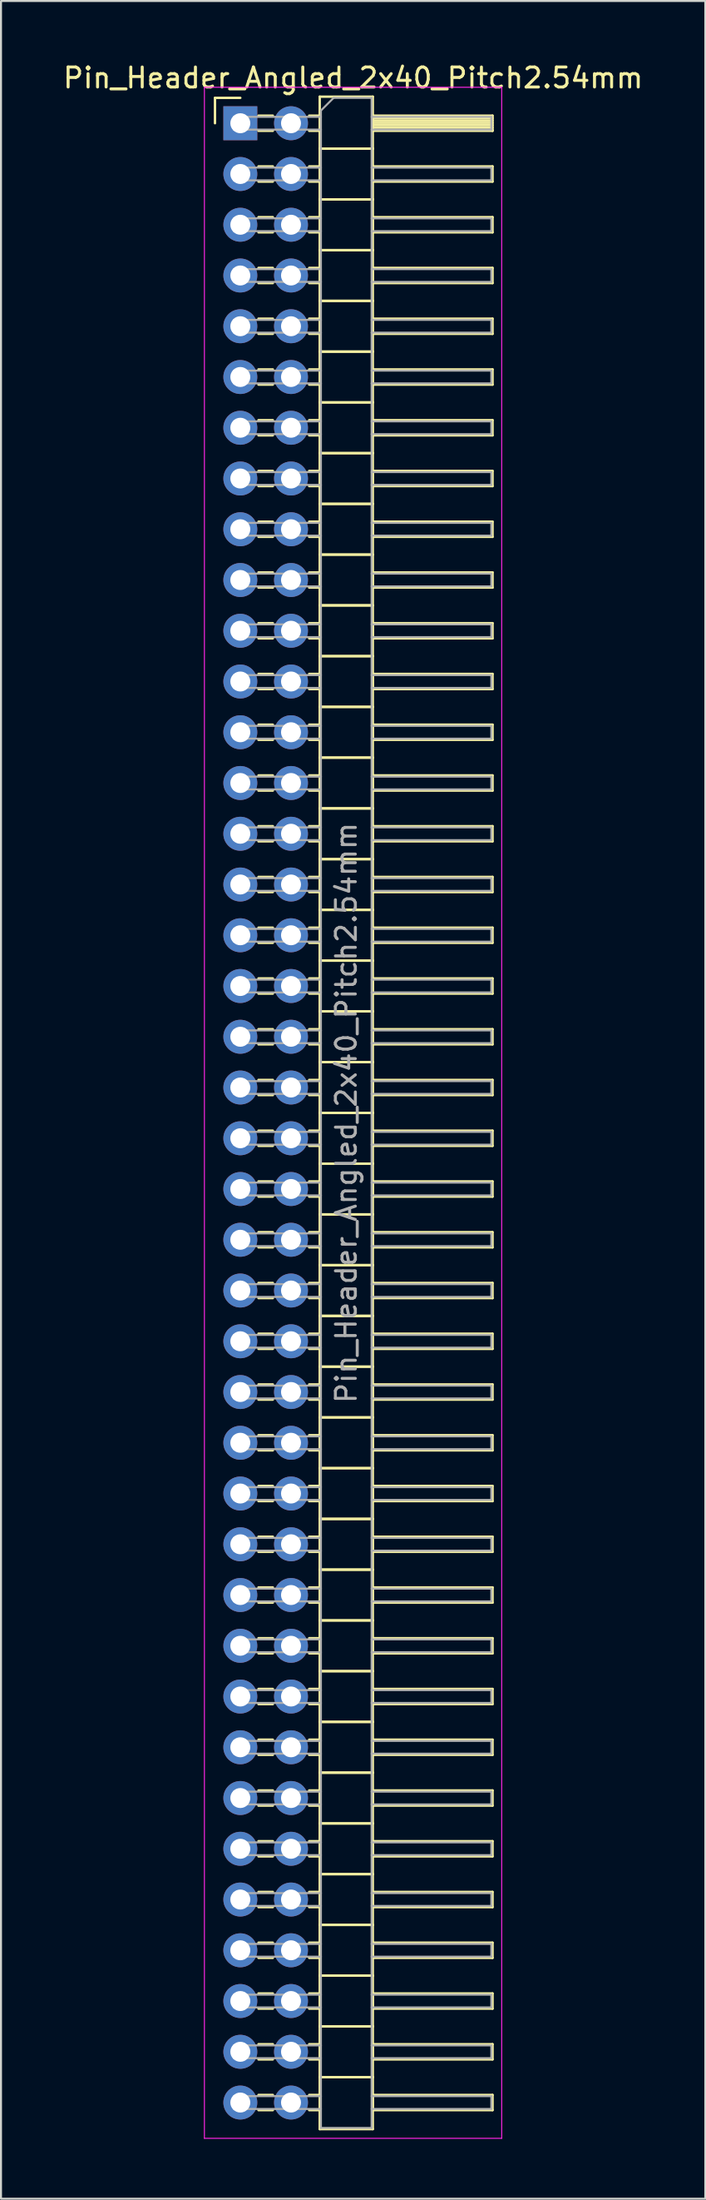
<source format=kicad_pcb>
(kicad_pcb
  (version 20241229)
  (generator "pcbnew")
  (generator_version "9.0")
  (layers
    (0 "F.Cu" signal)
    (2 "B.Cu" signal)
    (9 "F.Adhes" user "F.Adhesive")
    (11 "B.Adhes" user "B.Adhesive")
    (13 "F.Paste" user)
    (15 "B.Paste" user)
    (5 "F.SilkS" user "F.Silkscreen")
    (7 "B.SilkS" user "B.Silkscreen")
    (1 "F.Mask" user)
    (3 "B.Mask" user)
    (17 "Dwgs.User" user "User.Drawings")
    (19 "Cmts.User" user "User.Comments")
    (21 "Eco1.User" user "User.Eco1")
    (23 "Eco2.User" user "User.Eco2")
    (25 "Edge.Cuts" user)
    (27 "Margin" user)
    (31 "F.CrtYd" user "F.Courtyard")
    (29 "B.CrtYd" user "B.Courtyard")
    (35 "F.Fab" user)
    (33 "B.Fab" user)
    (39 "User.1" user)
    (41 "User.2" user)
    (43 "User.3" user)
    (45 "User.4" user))
  (footprint "Pin_Header_Angled_2x40_Pitch2.54mm"
    (layer "F.Cu")
    (at 8.994 3.118)
    (property "Reference" "Pin_Header_Angled_2x40_Pitch2.54mm" (at 5.655 -2.27 0) (layer "F.SilkS") (effects (font (size 1 1) (thickness 0.15))))
    (attr through_hole)
    (fp_line (start -1.27 -1.27) (end 0 -1.27) (stroke (width 0.12) (type solid)) (layer "F.SilkS"))
    (fp_line (start -1.27 0) (end -1.27 -1.27) (stroke (width 0.12) (type solid)) (layer "F.SilkS"))
    (fp_line (start 0.91 -0.38) (end 1.63 -0.38) (stroke (width 0.12) (type solid)) (layer "F.SilkS"))
    (fp_line (start 0.91 0.38) (end 1.63 0.38) (stroke (width 0.12) (type solid)) (layer "F.SilkS"))
    (fp_line (start 0.91 2.16) (end 1.63 2.16) (stroke (width 0.12) (type solid)) (layer "F.SilkS"))
    (fp_line (start 0.91 2.92) (end 1.63 2.92) (stroke (width 0.12) (type solid)) (layer "F.SilkS"))
    (fp_line (start 0.91 4.7) (end 1.63 4.7) (stroke (width 0.12) (type solid)) (layer "F.SilkS"))
    (fp_line (start 0.91 5.46) (end 1.63 5.46) (stroke (width 0.12) (type solid)) (layer "F.SilkS"))
    (fp_line (start 0.91 7.24) (end 1.63 7.24) (stroke (width 0.12) (type solid)) (layer "F.SilkS"))
    (fp_line (start 0.91 8) (end 1.63 8) (stroke (width 0.12) (type solid)) (layer "F.SilkS"))
    (fp_line (start 0.91 9.78) (end 1.63 9.78) (stroke (width 0.12) (type solid)) (layer "F.SilkS"))
    (fp_line (start 0.91 10.54) (end 1.63 10.54) (stroke (width 0.12) (type solid)) (layer "F.SilkS"))
    (fp_line (start 0.91 12.32) (end 1.63 12.32) (stroke (width 0.12) (type solid)) (layer "F.SilkS"))
    (fp_line (start 0.91 13.08) (end 1.63 13.08) (stroke (width 0.12) (type solid)) (layer "F.SilkS"))
    (fp_line (start 0.91 14.86) (end 1.63 14.86) (stroke (width 0.12) (type solid)) (layer "F.SilkS"))
    (fp_line (start 0.91 15.62) (end 1.63 15.62) (stroke (width 0.12) (type solid)) (layer "F.SilkS"))
    (fp_line (start 0.91 17.4) (end 1.63 17.4) (stroke (width 0.12) (type solid)) (layer "F.SilkS"))
    (fp_line (start 0.91 18.16) (end 1.63 18.16) (stroke (width 0.12) (type solid)) (layer "F.SilkS"))
    (fp_line (start 0.91 19.94) (end 1.63 19.94) (stroke (width 0.12) (type solid)) (layer "F.SilkS"))
    (fp_line (start 0.91 20.7) (end 1.63 20.7) (stroke (width 0.12) (type solid)) (layer "F.SilkS"))
    (fp_line (start 0.91 22.48) (end 1.63 22.48) (stroke (width 0.12) (type solid)) (layer "F.SilkS"))
    (fp_line (start 0.91 23.24) (end 1.63 23.24) (stroke (width 0.12) (type solid)) (layer "F.SilkS"))
    (fp_line (start 0.91 25.02) (end 1.63 25.02) (stroke (width 0.12) (type solid)) (layer "F.SilkS"))
    (fp_line (start 0.91 25.78) (end 1.63 25.78) (stroke (width 0.12) (type solid)) (layer "F.SilkS"))
    (fp_line (start 0.91 27.56) (end 1.63 27.56) (stroke (width 0.12) (type solid)) (layer "F.SilkS"))
    (fp_line (start 0.91 28.32) (end 1.63 28.32) (stroke (width 0.12) (type solid)) (layer "F.SilkS"))
    (fp_line (start 0.91 30.1) (end 1.63 30.1) (stroke (width 0.12) (type solid)) (layer "F.SilkS"))
    (fp_line (start 0.91 30.86) (end 1.63 30.86) (stroke (width 0.12) (type solid)) (layer "F.SilkS"))
    (fp_line (start 0.91 32.64) (end 1.63 32.64) (stroke (width 0.12) (type solid)) (layer "F.SilkS"))
    (fp_line (start 0.91 33.4) (end 1.63 33.4) (stroke (width 0.12) (type solid)) (layer "F.SilkS"))
    (fp_line (start 0.91 35.18) (end 1.63 35.18) (stroke (width 0.12) (type solid)) (layer "F.SilkS"))
    (fp_line (start 0.91 35.94) (end 1.63 35.94) (stroke (width 0.12) (type solid)) (layer "F.SilkS"))
    (fp_line (start 0.91 37.72) (end 1.63 37.72) (stroke (width 0.12) (type solid)) (layer "F.SilkS"))
    (fp_line (start 0.91 38.48) (end 1.63 38.48) (stroke (width 0.12) (type solid)) (layer "F.SilkS"))
    (fp_line (start 0.91 40.26) (end 1.63 40.26) (stroke (width 0.12) (type solid)) (layer "F.SilkS"))
    (fp_line (start 0.91 41.02) (end 1.63 41.02) (stroke (width 0.12) (type solid)) (layer "F.SilkS"))
    (fp_line (start 0.91 42.8) (end 1.63 42.8) (stroke (width 0.12) (type solid)) (layer "F.SilkS"))
    (fp_line (start 0.91 43.56) (end 1.63 43.56) (stroke (width 0.12) (type solid)) (layer "F.SilkS"))
    (fp_line (start 0.91 45.34) (end 1.63 45.34) (stroke (width 0.12) (type solid)) (layer "F.SilkS"))
    (fp_line (start 0.91 46.1) (end 1.63 46.1) (stroke (width 0.12) (type solid)) (layer "F.SilkS"))
    (fp_line (start 0.91 47.88) (end 1.63 47.88) (stroke (width 0.12) (type solid)) (layer "F.SilkS"))
    (fp_line (start 0.91 48.64) (end 1.63 48.64) (stroke (width 0.12) (type solid)) (layer "F.SilkS"))
    (fp_line (start 0.91 50.42) (end 1.63 50.42) (stroke (width 0.12) (type solid)) (layer "F.SilkS"))
    (fp_line (start 0.91 51.18) (end 1.63 51.18) (stroke (width 0.12) (type solid)) (layer "F.SilkS"))
    (fp_line (start 0.91 52.96) (end 1.63 52.96) (stroke (width 0.12) (type solid)) (layer "F.SilkS"))
    (fp_line (start 0.91 53.72) (end 1.63 53.72) (stroke (width 0.12) (type solid)) (layer "F.SilkS"))
    (fp_line (start 0.91 55.5) (end 1.63 55.5) (stroke (width 0.12) (type solid)) (layer "F.SilkS"))
    (fp_line (start 0.91 56.26) (end 1.63 56.26) (stroke (width 0.12) (type solid)) (layer "F.SilkS"))
    (fp_line (start 0.91 58.04) (end 1.63 58.04) (stroke (width 0.12) (type solid)) (layer "F.SilkS"))
    (fp_line (start 0.91 58.8) (end 1.63 58.8) (stroke (width 0.12) (type solid)) (layer "F.SilkS"))
    (fp_line (start 0.91 60.58) (end 1.63 60.58) (stroke (width 0.12) (type solid)) (layer "F.SilkS"))
    (fp_line (start 0.91 61.34) (end 1.63 61.34) (stroke (width 0.12) (type solid)) (layer "F.SilkS"))
    (fp_line (start 0.91 63.12) (end 1.63 63.12) (stroke (width 0.12) (type solid)) (layer "F.SilkS"))
    (fp_line (start 0.91 63.88) (end 1.63 63.88) (stroke (width 0.12) (type solid)) (layer "F.SilkS"))
    (fp_line (start 0.91 65.66) (end 1.63 65.66) (stroke (width 0.12) (type solid)) (layer "F.SilkS"))
    (fp_line (start 0.91 66.42) (end 1.63 66.42) (stroke (width 0.12) (type solid)) (layer "F.SilkS"))
    (fp_line (start 0.91 68.2) (end 1.63 68.2) (stroke (width 0.12) (type solid)) (layer "F.SilkS"))
    (fp_line (start 0.91 68.96) (end 1.63 68.96) (stroke (width 0.12) (type solid)) (layer "F.SilkS"))
    (fp_line (start 0.91 70.74) (end 1.63 70.74) (stroke (width 0.12) (type solid)) (layer "F.SilkS"))
    (fp_line (start 0.91 71.5) (end 1.63 71.5) (stroke (width 0.12) (type solid)) (layer "F.SilkS"))
    (fp_line (start 0.91 73.28) (end 1.63 73.28) (stroke (width 0.12) (type solid)) (layer "F.SilkS"))
    (fp_line (start 0.91 74.04) (end 1.63 74.04) (stroke (width 0.12) (type solid)) (layer "F.SilkS"))
    (fp_line (start 0.91 75.82) (end 1.63 75.82) (stroke (width 0.12) (type solid)) (layer "F.SilkS"))
    (fp_line (start 0.91 76.58) (end 1.63 76.58) (stroke (width 0.12) (type solid)) (layer "F.SilkS"))
    (fp_line (start 0.91 78.36) (end 1.63 78.36) (stroke (width 0.12) (type solid)) (layer "F.SilkS"))
    (fp_line (start 0.91 79.12) (end 1.63 79.12) (stroke (width 0.12) (type solid)) (layer "F.SilkS"))
    (fp_line (start 0.91 80.9) (end 1.63 80.9) (stroke (width 0.12) (type solid)) (layer "F.SilkS"))
    (fp_line (start 0.91 81.66) (end 1.63 81.66) (stroke (width 0.12) (type solid)) (layer "F.SilkS"))
    (fp_line (start 0.91 83.44) (end 1.63 83.44) (stroke (width 0.12) (type solid)) (layer "F.SilkS"))
    (fp_line (start 0.91 84.2) (end 1.63 84.2) (stroke (width 0.12) (type solid)) (layer "F.SilkS"))
    (fp_line (start 0.91 85.98) (end 1.63 85.98) (stroke (width 0.12) (type solid)) (layer "F.SilkS"))
    (fp_line (start 0.91 86.74) (end 1.63 86.74) (stroke (width 0.12) (type solid)) (layer "F.SilkS"))
    (fp_line (start 0.91 88.52) (end 1.63 88.52) (stroke (width 0.12) (type solid)) (layer "F.SilkS"))
    (fp_line (start 0.91 89.28) (end 1.63 89.28) (stroke (width 0.12) (type solid)) (layer "F.SilkS"))
    (fp_line (start 0.91 91.06) (end 1.63 91.06) (stroke (width 0.12) (type solid)) (layer "F.SilkS"))
    (fp_line (start 0.91 91.82) (end 1.63 91.82) (stroke (width 0.12) (type solid)) (layer "F.SilkS"))
    (fp_line (start 0.91 93.6) (end 1.63 93.6) (stroke (width 0.12) (type solid)) (layer "F.SilkS"))
    (fp_line (start 0.91 94.36) (end 1.63 94.36) (stroke (width 0.12) (type solid)) (layer "F.SilkS"))
    (fp_line (start 0.91 96.14) (end 1.63 96.14) (stroke (width 0.12) (type solid)) (layer "F.SilkS"))
    (fp_line (start 0.91 96.9) (end 1.63 96.9) (stroke (width 0.12) (type solid)) (layer "F.SilkS"))
    (fp_line (start 0.91 98.68) (end 1.63 98.68) (stroke (width 0.12) (type solid)) (layer "F.SilkS"))
    (fp_line (start 0.91 99.44) (end 1.63 99.44) (stroke (width 0.12) (type solid)) (layer "F.SilkS"))
    (fp_line (start 3.45 -0.38) (end 3.98 -0.38) (stroke (width 0.12) (type solid)) (layer "F.SilkS"))
    (fp_line (start 3.45 0.38) (end 3.98 0.38) (stroke (width 0.12) (type solid)) (layer "F.SilkS"))
    (fp_line (start 3.45 2.16) (end 3.98 2.16) (stroke (width 0.12) (type solid)) (layer "F.SilkS"))
    (fp_line (start 3.45 2.92) (end 3.98 2.92) (stroke (width 0.12) (type solid)) (layer "F.SilkS"))
    (fp_line (start 3.45 4.7) (end 3.98 4.7) (stroke (width 0.12) (type solid)) (layer "F.SilkS"))
    (fp_line (start 3.45 5.46) (end 3.98 5.46) (stroke (width 0.12) (type solid)) (layer "F.SilkS"))
    (fp_line (start 3.45 7.24) (end 3.98 7.24) (stroke (width 0.12) (type solid)) (layer "F.SilkS"))
    (fp_line (start 3.45 8) (end 3.98 8) (stroke (width 0.12) (type solid)) (layer "F.SilkS"))
    (fp_line (start 3.45 9.78) (end 3.98 9.78) (stroke (width 0.12) (type solid)) (layer "F.SilkS"))
    (fp_line (start 3.45 10.54) (end 3.98 10.54) (stroke (width 0.12) (type solid)) (layer "F.SilkS"))
    (fp_line (start 3.45 12.32) (end 3.98 12.32) (stroke (width 0.12) (type solid)) (layer "F.SilkS"))
    (fp_line (start 3.45 13.08) (end 3.98 13.08) (stroke (width 0.12) (type solid)) (layer "F.SilkS"))
    (fp_line (start 3.45 14.86) (end 3.98 14.86) (stroke (width 0.12) (type solid)) (layer "F.SilkS"))
    (fp_line (start 3.45 15.62) (end 3.98 15.62) (stroke (width 0.12) (type solid)) (layer "F.SilkS"))
    (fp_line (start 3.45 17.4) (end 3.98 17.4) (stroke (width 0.12) (type solid)) (layer "F.SilkS"))
    (fp_line (start 3.45 18.16) (end 3.98 18.16) (stroke (width 0.12) (type solid)) (layer "F.SilkS"))
    (fp_line (start 3.45 19.94) (end 3.98 19.94) (stroke (width 0.12) (type solid)) (layer "F.SilkS"))
    (fp_line (start 3.45 20.7) (end 3.98 20.7) (stroke (width 0.12) (type solid)) (layer "F.SilkS"))
    (fp_line (start 3.45 22.48) (end 3.98 22.48) (stroke (width 0.12) (type solid)) (layer "F.SilkS"))
    (fp_line (start 3.45 23.24) (end 3.98 23.24) (stroke (width 0.12) (type solid)) (layer "F.SilkS"))
    (fp_line (start 3.45 25.02) (end 3.98 25.02) (stroke (width 0.12) (type solid)) (layer "F.SilkS"))
    (fp_line (start 3.45 25.78) (end 3.98 25.78) (stroke (width 0.12) (type solid)) (layer "F.SilkS"))
    (fp_line (start 3.45 27.56) (end 3.98 27.56) (stroke (width 0.12) (type solid)) (layer "F.SilkS"))
    (fp_line (start 3.45 28.32) (end 3.98 28.32) (stroke (width 0.12) (type solid)) (layer "F.SilkS"))
    (fp_line (start 3.45 30.1) (end 3.98 30.1) (stroke (width 0.12) (type solid)) (layer "F.SilkS"))
    (fp_line (start 3.45 30.86) (end 3.98 30.86) (stroke (width 0.12) (type solid)) (layer "F.SilkS"))
    (fp_line (start 3.45 32.64) (end 3.98 32.64) (stroke (width 0.12) (type solid)) (layer "F.SilkS"))
    (fp_line (start 3.45 33.4) (end 3.98 33.4) (stroke (width 0.12) (type solid)) (layer "F.SilkS"))
    (fp_line (start 3.45 35.18) (end 3.98 35.18) (stroke (width 0.12) (type solid)) (layer "F.SilkS"))
    (fp_line (start 3.45 35.94) (end 3.98 35.94) (stroke (width 0.12) (type solid)) (layer "F.SilkS"))
    (fp_line (start 3.45 37.72) (end 3.98 37.72) (stroke (width 0.12) (type solid)) (layer "F.SilkS"))
    (fp_line (start 3.45 38.48) (end 3.98 38.48) (stroke (width 0.12) (type solid)) (layer "F.SilkS"))
    (fp_line (start 3.45 40.26) (end 3.98 40.26) (stroke (width 0.12) (type solid)) (layer "F.SilkS"))
    (fp_line (start 3.45 41.02) (end 3.98 41.02) (stroke (width 0.12) (type solid)) (layer "F.SilkS"))
    (fp_line (start 3.45 42.8) (end 3.98 42.8) (stroke (width 0.12) (type solid)) (layer "F.SilkS"))
    (fp_line (start 3.45 43.56) (end 3.98 43.56) (stroke (width 0.12) (type solid)) (layer "F.SilkS"))
    (fp_line (start 3.45 45.34) (end 3.98 45.34) (stroke (width 0.12) (type solid)) (layer "F.SilkS"))
    (fp_line (start 3.45 46.1) (end 3.98 46.1) (stroke (width 0.12) (type solid)) (layer "F.SilkS"))
    (fp_line (start 3.45 47.88) (end 3.98 47.88) (stroke (width 0.12) (type solid)) (layer "F.SilkS"))
    (fp_line (start 3.45 48.64) (end 3.98 48.64) (stroke (width 0.12) (type solid)) (layer "F.SilkS"))
    (fp_line (start 3.45 50.42) (end 3.98 50.42) (stroke (width 0.12) (type solid)) (layer "F.SilkS"))
    (fp_line (start 3.45 51.18) (end 3.98 51.18) (stroke (width 0.12) (type solid)) (layer "F.SilkS"))
    (fp_line (start 3.45 52.96) (end 3.98 52.96) (stroke (width 0.12) (type solid)) (layer "F.SilkS"))
    (fp_line (start 3.45 53.72) (end 3.98 53.72) (stroke (width 0.12) (type solid)) (layer "F.SilkS"))
    (fp_line (start 3.45 55.5) (end 3.98 55.5) (stroke (width 0.12) (type solid)) (layer "F.SilkS"))
    (fp_line (start 3.45 56.26) (end 3.98 56.26) (stroke (width 0.12) (type solid)) (layer "F.SilkS"))
    (fp_line (start 3.45 58.04) (end 3.98 58.04) (stroke (width 0.12) (type solid)) (layer "F.SilkS"))
    (fp_line (start 3.45 58.8) (end 3.98 58.8) (stroke (width 0.12) (type solid)) (layer "F.SilkS"))
    (fp_line (start 3.45 60.58) (end 3.98 60.58) (stroke (width 0.12) (type solid)) (layer "F.SilkS"))
    (fp_line (start 3.45 61.34) (end 3.98 61.34) (stroke (width 0.12) (type solid)) (layer "F.SilkS"))
    (fp_line (start 3.45 63.12) (end 3.98 63.12) (stroke (width 0.12) (type solid)) (layer "F.SilkS"))
    (fp_line (start 3.45 63.88) (end 3.98 63.88) (stroke (width 0.12) (type solid)) (layer "F.SilkS"))
    (fp_line (start 3.45 65.66) (end 3.98 65.66) (stroke (width 0.12) (type solid)) (layer "F.SilkS"))
    (fp_line (start 3.45 66.42) (end 3.98 66.42) (stroke (width 0.12) (type solid)) (layer "F.SilkS"))
    (fp_line (start 3.45 68.2) (end 3.98 68.2) (stroke (width 0.12) (type solid)) (layer "F.SilkS"))
    (fp_line (start 3.45 68.96) (end 3.98 68.96) (stroke (width 0.12) (type solid)) (layer "F.SilkS"))
    (fp_line (start 3.45 70.74) (end 3.98 70.74) (stroke (width 0.12) (type solid)) (layer "F.SilkS"))
    (fp_line (start 3.45 71.5) (end 3.98 71.5) (stroke (width 0.12) (type solid)) (layer "F.SilkS"))
    (fp_line (start 3.45 73.28) (end 3.98 73.28) (stroke (width 0.12) (type solid)) (layer "F.SilkS"))
    (fp_line (start 3.45 74.04) (end 3.98 74.04) (stroke (width 0.12) (type solid)) (layer "F.SilkS"))
    (fp_line (start 3.45 75.82) (end 3.98 75.82) (stroke (width 0.12) (type solid)) (layer "F.SilkS"))
    (fp_line (start 3.45 76.58) (end 3.98 76.58) (stroke (width 0.12) (type solid)) (layer "F.SilkS"))
    (fp_line (start 3.45 78.36) (end 3.98 78.36) (stroke (width 0.12) (type solid)) (layer "F.SilkS"))
    (fp_line (start 3.45 79.12) (end 3.98 79.12) (stroke (width 0.12) (type solid)) (layer "F.SilkS"))
    (fp_line (start 3.45 80.9) (end 3.98 80.9) (stroke (width 0.12) (type solid)) (layer "F.SilkS"))
    (fp_line (start 3.45 81.66) (end 3.98 81.66) (stroke (width 0.12) (type solid)) (layer "F.SilkS"))
    (fp_line (start 3.45 83.44) (end 3.98 83.44) (stroke (width 0.12) (type solid)) (layer "F.SilkS"))
    (fp_line (start 3.45 84.2) (end 3.98 84.2) (stroke (width 0.12) (type solid)) (layer "F.SilkS"))
    (fp_line (start 3.45 85.98) (end 3.98 85.98) (stroke (width 0.12) (type solid)) (layer "F.SilkS"))
    (fp_line (start 3.45 86.74) (end 3.98 86.74) (stroke (width 0.12) (type solid)) (layer "F.SilkS"))
    (fp_line (start 3.45 88.52) (end 3.98 88.52) (stroke (width 0.12) (type solid)) (layer "F.SilkS"))
    (fp_line (start 3.45 89.28) (end 3.98 89.28) (stroke (width 0.12) (type solid)) (layer "F.SilkS"))
    (fp_line (start 3.45 91.06) (end 3.98 91.06) (stroke (width 0.12) (type solid)) (layer "F.SilkS"))
    (fp_line (start 3.45 91.82) (end 3.98 91.82) (stroke (width 0.12) (type solid)) (layer "F.SilkS"))
    (fp_line (start 3.45 93.6) (end 3.98 93.6) (stroke (width 0.12) (type solid)) (layer "F.SilkS"))
    (fp_line (start 3.45 94.36) (end 3.98 94.36) (stroke (width 0.12) (type solid)) (layer "F.SilkS"))
    (fp_line (start 3.45 96.14) (end 3.98 96.14) (stroke (width 0.12) (type solid)) (layer "F.SilkS"))
    (fp_line (start 3.45 96.9) (end 3.98 96.9) (stroke (width 0.12) (type solid)) (layer "F.SilkS"))
    (fp_line (start 3.45 98.68) (end 3.98 98.68) (stroke (width 0.12) (type solid)) (layer "F.SilkS"))
    (fp_line (start 3.45 99.44) (end 3.98 99.44) (stroke (width 0.12) (type solid)) (layer "F.SilkS"))
    (fp_line (start 3.98 -1.33) (end 3.98 1.27) (stroke (width 0.12) (type solid)) (layer "F.SilkS"))
    (fp_line (start 3.98 1.27) (end 3.98 3.81) (stroke (width 0.12) (type solid)) (layer "F.SilkS"))
    (fp_line (start 3.98 1.27) (end 6.64 1.27) (stroke (width 0.12) (type solid)) (layer "F.SilkS"))
    (fp_line (start 3.98 3.81) (end 3.98 6.35) (stroke (width 0.12) (type solid)) (layer "F.SilkS"))
    (fp_line (start 3.98 3.81) (end 6.64 3.81) (stroke (width 0.12) (type solid)) (layer "F.SilkS"))
    (fp_line (start 3.98 6.35) (end 3.98 8.89) (stroke (width 0.12) (type solid)) (layer "F.SilkS"))
    (fp_line (start 3.98 6.35) (end 6.64 6.35) (stroke (width 0.12) (type solid)) (layer "F.SilkS"))
    (fp_line (start 3.98 8.89) (end 3.98 11.43) (stroke (width 0.12) (type solid)) (layer "F.SilkS"))
    (fp_line (start 3.98 8.89) (end 6.64 8.89) (stroke (width 0.12) (type solid)) (layer "F.SilkS"))
    (fp_line (start 3.98 11.43) (end 3.98 13.97) (stroke (width 0.12) (type solid)) (layer "F.SilkS"))
    (fp_line (start 3.98 11.43) (end 6.64 11.43) (stroke (width 0.12) (type solid)) (layer "F.SilkS"))
    (fp_line (start 3.98 13.97) (end 3.98 16.51) (stroke (width 0.12) (type solid)) (layer "F.SilkS"))
    (fp_line (start 3.98 13.97) (end 6.64 13.97) (stroke (width 0.12) (type solid)) (layer "F.SilkS"))
    (fp_line (start 3.98 16.51) (end 3.98 19.05) (stroke (width 0.12) (type solid)) (layer "F.SilkS"))
    (fp_line (start 3.98 16.51) (end 6.64 16.51) (stroke (width 0.12) (type solid)) (layer "F.SilkS"))
    (fp_line (start 3.98 19.05) (end 3.98 21.59) (stroke (width 0.12) (type solid)) (layer "F.SilkS"))
    (fp_line (start 3.98 19.05) (end 6.64 19.05) (stroke (width 0.12) (type solid)) (layer "F.SilkS"))
    (fp_line (start 3.98 21.59) (end 3.98 24.13) (stroke (width 0.12) (type solid)) (layer "F.SilkS"))
    (fp_line (start 3.98 21.59) (end 6.64 21.59) (stroke (width 0.12) (type solid)) (layer "F.SilkS"))
    (fp_line (start 3.98 24.13) (end 3.98 26.67) (stroke (width 0.12) (type solid)) (layer "F.SilkS"))
    (fp_line (start 3.98 24.13) (end 6.64 24.13) (stroke (width 0.12) (type solid)) (layer "F.SilkS"))
    (fp_line (start 3.98 26.67) (end 3.98 29.21) (stroke (width 0.12) (type solid)) (layer "F.SilkS"))
    (fp_line (start 3.98 26.67) (end 6.64 26.67) (stroke (width 0.12) (type solid)) (layer "F.SilkS"))
    (fp_line (start 3.98 29.21) (end 3.98 31.75) (stroke (width 0.12) (type solid)) (layer "F.SilkS"))
    (fp_line (start 3.98 29.21) (end 6.64 29.21) (stroke (width 0.12) (type solid)) (layer "F.SilkS"))
    (fp_line (start 3.98 31.75) (end 3.98 34.29) (stroke (width 0.12) (type solid)) (layer "F.SilkS"))
    (fp_line (start 3.98 31.75) (end 6.64 31.75) (stroke (width 0.12) (type solid)) (layer "F.SilkS"))
    (fp_line (start 3.98 34.29) (end 3.98 36.83) (stroke (width 0.12) (type solid)) (layer "F.SilkS"))
    (fp_line (start 3.98 34.29) (end 6.64 34.29) (stroke (width 0.12) (type solid)) (layer "F.SilkS"))
    (fp_line (start 3.98 36.83) (end 3.98 39.37) (stroke (width 0.12) (type solid)) (layer "F.SilkS"))
    (fp_line (start 3.98 36.83) (end 6.64 36.83) (stroke (width 0.12) (type solid)) (layer "F.SilkS"))
    (fp_line (start 3.98 39.37) (end 3.98 41.91) (stroke (width 0.12) (type solid)) (layer "F.SilkS"))
    (fp_line (start 3.98 39.37) (end 6.64 39.37) (stroke (width 0.12) (type solid)) (layer "F.SilkS"))
    (fp_line (start 3.98 41.91) (end 3.98 44.45) (stroke (width 0.12) (type solid)) (layer "F.SilkS"))
    (fp_line (start 3.98 41.91) (end 6.64 41.91) (stroke (width 0.12) (type solid)) (layer "F.SilkS"))
    (fp_line (start 3.98 44.45) (end 3.98 46.99) (stroke (width 0.12) (type solid)) (layer "F.SilkS"))
    (fp_line (start 3.98 44.45) (end 6.64 44.45) (stroke (width 0.12) (type solid)) (layer "F.SilkS"))
    (fp_line (start 3.98 46.99) (end 3.98 49.53) (stroke (width 0.12) (type solid)) (layer "F.SilkS"))
    (fp_line (start 3.98 46.99) (end 6.64 46.99) (stroke (width 0.12) (type solid)) (layer "F.SilkS"))
    (fp_line (start 3.98 49.53) (end 3.98 52.07) (stroke (width 0.12) (type solid)) (layer "F.SilkS"))
    (fp_line (start 3.98 49.53) (end 6.64 49.53) (stroke (width 0.12) (type solid)) (layer "F.SilkS"))
    (fp_line (start 3.98 52.07) (end 3.98 54.61) (stroke (width 0.12) (type solid)) (layer "F.SilkS"))
    (fp_line (start 3.98 52.07) (end 6.64 52.07) (stroke (width 0.12) (type solid)) (layer "F.SilkS"))
    (fp_line (start 3.98 54.61) (end 3.98 57.15) (stroke (width 0.12) (type solid)) (layer "F.SilkS"))
    (fp_line (start 3.98 54.61) (end 6.64 54.61) (stroke (width 0.12) (type solid)) (layer "F.SilkS"))
    (fp_line (start 3.98 57.15) (end 3.98 59.69) (stroke (width 0.12) (type solid)) (layer "F.SilkS"))
    (fp_line (start 3.98 57.15) (end 6.64 57.15) (stroke (width 0.12) (type solid)) (layer "F.SilkS"))
    (fp_line (start 3.98 59.69) (end 3.98 62.23) (stroke (width 0.12) (type solid)) (layer "F.SilkS"))
    (fp_line (start 3.98 59.69) (end 6.64 59.69) (stroke (width 0.12) (type solid)) (layer "F.SilkS"))
    (fp_line (start 3.98 62.23) (end 3.98 64.77) (stroke (width 0.12) (type solid)) (layer "F.SilkS"))
    (fp_line (start 3.98 62.23) (end 6.64 62.23) (stroke (width 0.12) (type solid)) (layer "F.SilkS"))
    (fp_line (start 3.98 64.77) (end 3.98 67.31) (stroke (width 0.12) (type solid)) (layer "F.SilkS"))
    (fp_line (start 3.98 64.77) (end 6.64 64.77) (stroke (width 0.12) (type solid)) (layer "F.SilkS"))
    (fp_line (start 3.98 67.31) (end 3.98 69.85) (stroke (width 0.12) (type solid)) (layer "F.SilkS"))
    (fp_line (start 3.98 67.31) (end 6.64 67.31) (stroke (width 0.12) (type solid)) (layer "F.SilkS"))
    (fp_line (start 3.98 69.85) (end 3.98 72.39) (stroke (width 0.12) (type solid)) (layer "F.SilkS"))
    (fp_line (start 3.98 69.85) (end 6.64 69.85) (stroke (width 0.12) (type solid)) (layer "F.SilkS"))
    (fp_line (start 3.98 72.39) (end 3.98 74.93) (stroke (width 0.12) (type solid)) (layer "F.SilkS"))
    (fp_line (start 3.98 72.39) (end 6.64 72.39) (stroke (width 0.12) (type solid)) (layer "F.SilkS"))
    (fp_line (start 3.98 74.93) (end 3.98 77.47) (stroke (width 0.12) (type solid)) (layer "F.SilkS"))
    (fp_line (start 3.98 74.93) (end 6.64 74.93) (stroke (width 0.12) (type solid)) (layer "F.SilkS"))
    (fp_line (start 3.98 77.47) (end 3.98 80.01) (stroke (width 0.12) (type solid)) (layer "F.SilkS"))
    (fp_line (start 3.98 77.47) (end 6.64 77.47) (stroke (width 0.12) (type solid)) (layer "F.SilkS"))
    (fp_line (start 3.98 80.01) (end 3.98 82.55) (stroke (width 0.12) (type solid)) (layer "F.SilkS"))
    (fp_line (start 3.98 80.01) (end 6.64 80.01) (stroke (width 0.12) (type solid)) (layer "F.SilkS"))
    (fp_line (start 3.98 82.55) (end 3.98 85.09) (stroke (width 0.12) (type solid)) (layer "F.SilkS"))
    (fp_line (start 3.98 82.55) (end 6.64 82.55) (stroke (width 0.12) (type solid)) (layer "F.SilkS"))
    (fp_line (start 3.98 85.09) (end 3.98 87.63) (stroke (width 0.12) (type solid)) (layer "F.SilkS"))
    (fp_line (start 3.98 85.09) (end 6.64 85.09) (stroke (width 0.12) (type solid)) (layer "F.SilkS"))
    (fp_line (start 3.98 87.63) (end 3.98 90.17) (stroke (width 0.12) (type solid)) (layer "F.SilkS"))
    (fp_line (start 3.98 87.63) (end 6.64 87.63) (stroke (width 0.12) (type solid)) (layer "F.SilkS"))
    (fp_line (start 3.98 90.17) (end 3.98 92.71) (stroke (width 0.12) (type solid)) (layer "F.SilkS"))
    (fp_line (start 3.98 90.17) (end 6.64 90.17) (stroke (width 0.12) (type solid)) (layer "F.SilkS"))
    (fp_line (start 3.98 92.71) (end 3.98 95.25) (stroke (width 0.12) (type solid)) (layer "F.SilkS"))
    (fp_line (start 3.98 92.71) (end 6.64 92.71) (stroke (width 0.12) (type solid)) (layer "F.SilkS"))
    (fp_line (start 3.98 95.25) (end 3.98 97.79) (stroke (width 0.12) (type solid)) (layer "F.SilkS"))
    (fp_line (start 3.98 95.25) (end 6.64 95.25) (stroke (width 0.12) (type solid)) (layer "F.SilkS"))
    (fp_line (start 3.98 97.79) (end 3.98 100.39) (stroke (width 0.12) (type solid)) (layer "F.SilkS"))
    (fp_line (start 3.98 97.79) (end 6.64 97.79) (stroke (width 0.12) (type solid)) (layer "F.SilkS"))
    (fp_line (start 3.98 100.39) (end 6.64 100.39) (stroke (width 0.12) (type solid)) (layer "F.SilkS"))
    (fp_line (start 6.64 -1.33) (end 3.98 -1.33) (stroke (width 0.12) (type solid)) (layer "F.SilkS"))
    (fp_line (start 6.64 -0.38) (end 6.64 0.38) (stroke (width 0.12) (type solid)) (layer "F.SilkS"))
    (fp_line (start 6.64 -0.26) (end 12.64 -0.26) (stroke (width 0.12) (type solid)) (layer "F.SilkS"))
    (fp_line (start 6.64 -0.14) (end 12.64 -0.14) (stroke (width 0.12) (type solid)) (layer "F.SilkS"))
    (fp_line (start 6.64 -0.02) (end 12.64 -0.02) (stroke (width 0.12) (type solid)) (layer "F.SilkS"))
    (fp_line (start 6.64 0.1) (end 12.64 0.1) (stroke (width 0.12) (type solid)) (layer "F.SilkS"))
    (fp_line (start 6.64 0.22) (end 12.64 0.22) (stroke (width 0.12) (type solid)) (layer "F.SilkS"))
    (fp_line (start 6.64 0.34) (end 12.64 0.34) (stroke (width 0.12) (type solid)) (layer "F.SilkS"))
    (fp_line (start 6.64 0.38) (end 12.64 0.38) (stroke (width 0.12) (type solid)) (layer "F.SilkS"))
    (fp_line (start 6.64 1.27) (end 3.98 1.27) (stroke (width 0.12) (type solid)) (layer "F.SilkS"))
    (fp_line (start 6.64 1.27) (end 6.64 -1.33) (stroke (width 0.12) (type solid)) (layer "F.SilkS"))
    (fp_line (start 6.64 2.16) (end 6.64 2.92) (stroke (width 0.12) (type solid)) (layer "F.SilkS"))
    (fp_line (start 6.64 2.92) (end 12.64 2.92) (stroke (width 0.12) (type solid)) (layer "F.SilkS"))
    (fp_line (start 6.64 3.81) (end 3.98 3.81) (stroke (width 0.12) (type solid)) (layer "F.SilkS"))
    (fp_line (start 6.64 3.81) (end 6.64 1.27) (stroke (width 0.12) (type solid)) (layer "F.SilkS"))
    (fp_line (start 6.64 4.7) (end 6.64 5.46) (stroke (width 0.12) (type solid)) (layer "F.SilkS"))
    (fp_line (start 6.64 5.46) (end 12.64 5.46) (stroke (width 0.12) (type solid)) (layer "F.SilkS"))
    (fp_line (start 6.64 6.35) (end 3.98 6.35) (stroke (width 0.12) (type solid)) (layer "F.SilkS"))
    (fp_line (start 6.64 6.35) (end 6.64 3.81) (stroke (width 0.12) (type solid)) (layer "F.SilkS"))
    (fp_line (start 6.64 7.24) (end 6.64 8) (stroke (width 0.12) (type solid)) (layer "F.SilkS"))
    (fp_line (start 6.64 8) (end 12.64 8) (stroke (width 0.12) (type solid)) (layer "F.SilkS"))
    (fp_line (start 6.64 8.89) (end 3.98 8.89) (stroke (width 0.12) (type solid)) (layer "F.SilkS"))
    (fp_line (start 6.64 8.89) (end 6.64 6.35) (stroke (width 0.12) (type solid)) (layer "F.SilkS"))
    (fp_line (start 6.64 9.78) (end 6.64 10.54) (stroke (width 0.12) (type solid)) (layer "F.SilkS"))
    (fp_line (start 6.64 10.54) (end 12.64 10.54) (stroke (width 0.12) (type solid)) (layer "F.SilkS"))
    (fp_line (start 6.64 11.43) (end 3.98 11.43) (stroke (width 0.12) (type solid)) (layer "F.SilkS"))
    (fp_line (start 6.64 11.43) (end 6.64 8.89) (stroke (width 0.12) (type solid)) (layer "F.SilkS"))
    (fp_line (start 6.64 12.32) (end 6.64 13.08) (stroke (width 0.12) (type solid)) (layer "F.SilkS"))
    (fp_line (start 6.64 13.08) (end 12.64 13.08) (stroke (width 0.12) (type solid)) (layer "F.SilkS"))
    (fp_line (start 6.64 13.97) (end 3.98 13.97) (stroke (width 0.12) (type solid)) (layer "F.SilkS"))
    (fp_line (start 6.64 13.97) (end 6.64 11.43) (stroke (width 0.12) (type solid)) (layer "F.SilkS"))
    (fp_line (start 6.64 14.86) (end 6.64 15.62) (stroke (width 0.12) (type solid)) (layer "F.SilkS"))
    (fp_line (start 6.64 15.62) (end 12.64 15.62) (stroke (width 0.12) (type solid)) (layer "F.SilkS"))
    (fp_line (start 6.64 16.51) (end 3.98 16.51) (stroke (width 0.12) (type solid)) (layer "F.SilkS"))
    (fp_line (start 6.64 16.51) (end 6.64 13.97) (stroke (width 0.12) (type solid)) (layer "F.SilkS"))
    (fp_line (start 6.64 17.4) (end 6.64 18.16) (stroke (width 0.12) (type solid)) (layer "F.SilkS"))
    (fp_line (start 6.64 18.16) (end 12.64 18.16) (stroke (width 0.12) (type solid)) (layer "F.SilkS"))
    (fp_line (start 6.64 19.05) (end 3.98 19.05) (stroke (width 0.12) (type solid)) (layer "F.SilkS"))
    (fp_line (start 6.64 19.05) (end 6.64 16.51) (stroke (width 0.12) (type solid)) (layer "F.SilkS"))
    (fp_line (start 6.64 19.94) (end 6.64 20.7) (stroke (width 0.12) (type solid)) (layer "F.SilkS"))
    (fp_line (start 6.64 20.7) (end 12.64 20.7) (stroke (width 0.12) (type solid)) (layer "F.SilkS"))
    (fp_line (start 6.64 21.59) (end 3.98 21.59) (stroke (width 0.12) (type solid)) (layer "F.SilkS"))
    (fp_line (start 6.64 21.59) (end 6.64 19.05) (stroke (width 0.12) (type solid)) (layer "F.SilkS"))
    (fp_line (start 6.64 22.48) (end 6.64 23.24) (stroke (width 0.12) (type solid)) (layer "F.SilkS"))
    (fp_line (start 6.64 23.24) (end 12.64 23.24) (stroke (width 0.12) (type solid)) (layer "F.SilkS"))
    (fp_line (start 6.64 24.13) (end 3.98 24.13) (stroke (width 0.12) (type solid)) (layer "F.SilkS"))
    (fp_line (start 6.64 24.13) (end 6.64 21.59) (stroke (width 0.12) (type solid)) (layer "F.SilkS"))
    (fp_line (start 6.64 25.02) (end 6.64 25.78) (stroke (width 0.12) (type solid)) (layer "F.SilkS"))
    (fp_line (start 6.64 25.78) (end 12.64 25.78) (stroke (width 0.12) (type solid)) (layer "F.SilkS"))
    (fp_line (start 6.64 26.67) (end 3.98 26.67) (stroke (width 0.12) (type solid)) (layer "F.SilkS"))
    (fp_line (start 6.64 26.67) (end 6.64 24.13) (stroke (width 0.12) (type solid)) (layer "F.SilkS"))
    (fp_line (start 6.64 27.56) (end 6.64 28.32) (stroke (width 0.12) (type solid)) (layer "F.SilkS"))
    (fp_line (start 6.64 28.32) (end 12.64 28.32) (stroke (width 0.12) (type solid)) (layer "F.SilkS"))
    (fp_line (start 6.64 29.21) (end 3.98 29.21) (stroke (width 0.12) (type solid)) (layer "F.SilkS"))
    (fp_line (start 6.64 29.21) (end 6.64 26.67) (stroke (width 0.12) (type solid)) (layer "F.SilkS"))
    (fp_line (start 6.64 30.1) (end 6.64 30.86) (stroke (width 0.12) (type solid)) (layer "F.SilkS"))
    (fp_line (start 6.64 30.86) (end 12.64 30.86) (stroke (width 0.12) (type solid)) (layer "F.SilkS"))
    (fp_line (start 6.64 31.75) (end 3.98 31.75) (stroke (width 0.12) (type solid)) (layer "F.SilkS"))
    (fp_line (start 6.64 31.75) (end 6.64 29.21) (stroke (width 0.12) (type solid)) (layer "F.SilkS"))
    (fp_line (start 6.64 32.64) (end 6.64 33.4) (stroke (width 0.12) (type solid)) (layer "F.SilkS"))
    (fp_line (start 6.64 33.4) (end 12.64 33.4) (stroke (width 0.12) (type solid)) (layer "F.SilkS"))
    (fp_line (start 6.64 34.29) (end 3.98 34.29) (stroke (width 0.12) (type solid)) (layer "F.SilkS"))
    (fp_line (start 6.64 34.29) (end 6.64 31.75) (stroke (width 0.12) (type solid)) (layer "F.SilkS"))
    (fp_line (start 6.64 35.18) (end 6.64 35.94) (stroke (width 0.12) (type solid)) (layer "F.SilkS"))
    (fp_line (start 6.64 35.94) (end 12.64 35.94) (stroke (width 0.12) (type solid)) (layer "F.SilkS"))
    (fp_line (start 6.64 36.83) (end 3.98 36.83) (stroke (width 0.12) (type solid)) (layer "F.SilkS"))
    (fp_line (start 6.64 36.83) (end 6.64 34.29) (stroke (width 0.12) (type solid)) (layer "F.SilkS"))
    (fp_line (start 6.64 37.72) (end 6.64 38.48) (stroke (width 0.12) (type solid)) (layer "F.SilkS"))
    (fp_line (start 6.64 38.48) (end 12.64 38.48) (stroke (width 0.12) (type solid)) (layer "F.SilkS"))
    (fp_line (start 6.64 39.37) (end 3.98 39.37) (stroke (width 0.12) (type solid)) (layer "F.SilkS"))
    (fp_line (start 6.64 39.37) (end 6.64 36.83) (stroke (width 0.12) (type solid)) (layer "F.SilkS"))
    (fp_line (start 6.64 40.26) (end 6.64 41.02) (stroke (width 0.12) (type solid)) (layer "F.SilkS"))
    (fp_line (start 6.64 41.02) (end 12.64 41.02) (stroke (width 0.12) (type solid)) (layer "F.SilkS"))
    (fp_line (start 6.64 41.91) (end 3.98 41.91) (stroke (width 0.12) (type solid)) (layer "F.SilkS"))
    (fp_line (start 6.64 41.91) (end 6.64 39.37) (stroke (width 0.12) (type solid)) (layer "F.SilkS"))
    (fp_line (start 6.64 42.8) (end 6.64 43.56) (stroke (width 0.12) (type solid)) (layer "F.SilkS"))
    (fp_line (start 6.64 43.56) (end 12.64 43.56) (stroke (width 0.12) (type solid)) (layer "F.SilkS"))
    (fp_line (start 6.64 44.45) (end 3.98 44.45) (stroke (width 0.12) (type solid)) (layer "F.SilkS"))
    (fp_line (start 6.64 44.45) (end 6.64 41.91) (stroke (width 0.12) (type solid)) (layer "F.SilkS"))
    (fp_line (start 6.64 45.34) (end 6.64 46.1) (stroke (width 0.12) (type solid)) (layer "F.SilkS"))
    (fp_line (start 6.64 46.1) (end 12.64 46.1) (stroke (width 0.12) (type solid)) (layer "F.SilkS"))
    (fp_line (start 6.64 46.99) (end 3.98 46.99) (stroke (width 0.12) (type solid)) (layer "F.SilkS"))
    (fp_line (start 6.64 46.99) (end 6.64 44.45) (stroke (width 0.12) (type solid)) (layer "F.SilkS"))
    (fp_line (start 6.64 47.88) (end 6.64 48.64) (stroke (width 0.12) (type solid)) (layer "F.SilkS"))
    (fp_line (start 6.64 48.64) (end 12.64 48.64) (stroke (width 0.12) (type solid)) (layer "F.SilkS"))
    (fp_line (start 6.64 49.53) (end 3.98 49.53) (stroke (width 0.12) (type solid)) (layer "F.SilkS"))
    (fp_line (start 6.64 49.53) (end 6.64 46.99) (stroke (width 0.12) (type solid)) (layer "F.SilkS"))
    (fp_line (start 6.64 50.42) (end 6.64 51.18) (stroke (width 0.12) (type solid)) (layer "F.SilkS"))
    (fp_line (start 6.64 51.18) (end 12.64 51.18) (stroke (width 0.12) (type solid)) (layer "F.SilkS"))
    (fp_line (start 6.64 52.07) (end 3.98 52.07) (stroke (width 0.12) (type solid)) (layer "F.SilkS"))
    (fp_line (start 6.64 52.07) (end 6.64 49.53) (stroke (width 0.12) (type solid)) (layer "F.SilkS"))
    (fp_line (start 6.64 52.96) (end 6.64 53.72) (stroke (width 0.12) (type solid)) (layer "F.SilkS"))
    (fp_line (start 6.64 53.72) (end 12.64 53.72) (stroke (width 0.12) (type solid)) (layer "F.SilkS"))
    (fp_line (start 6.64 54.61) (end 3.98 54.61) (stroke (width 0.12) (type solid)) (layer "F.SilkS"))
    (fp_line (start 6.64 54.61) (end 6.64 52.07) (stroke (width 0.12) (type solid)) (layer "F.SilkS"))
    (fp_line (start 6.64 55.5) (end 6.64 56.26) (stroke (width 0.12) (type solid)) (layer "F.SilkS"))
    (fp_line (start 6.64 56.26) (end 12.64 56.26) (stroke (width 0.12) (type solid)) (layer "F.SilkS"))
    (fp_line (start 6.64 57.15) (end 3.98 57.15) (stroke (width 0.12) (type solid)) (layer "F.SilkS"))
    (fp_line (start 6.64 57.15) (end 6.64 54.61) (stroke (width 0.12) (type solid)) (layer "F.SilkS"))
    (fp_line (start 6.64 58.04) (end 6.64 58.8) (stroke (width 0.12) (type solid)) (layer "F.SilkS"))
    (fp_line (start 6.64 58.8) (end 12.64 58.8) (stroke (width 0.12) (type solid)) (layer "F.SilkS"))
    (fp_line (start 6.64 59.69) (end 3.98 59.69) (stroke (width 0.12) (type solid)) (layer "F.SilkS"))
    (fp_line (start 6.64 59.69) (end 6.64 57.15) (stroke (width 0.12) (type solid)) (layer "F.SilkS"))
    (fp_line (start 6.64 60.58) (end 6.64 61.34) (stroke (width 0.12) (type solid)) (layer "F.SilkS"))
    (fp_line (start 6.64 61.34) (end 12.64 61.34) (stroke (width 0.12) (type solid)) (layer "F.SilkS"))
    (fp_line (start 6.64 62.23) (end 3.98 62.23) (stroke (width 0.12) (type solid)) (layer "F.SilkS"))
    (fp_line (start 6.64 62.23) (end 6.64 59.69) (stroke (width 0.12) (type solid)) (layer "F.SilkS"))
    (fp_line (start 6.64 63.12) (end 6.64 63.88) (stroke (width 0.12) (type solid)) (layer "F.SilkS"))
    (fp_line (start 6.64 63.88) (end 12.64 63.88) (stroke (width 0.12) (type solid)) (layer "F.SilkS"))
    (fp_line (start 6.64 64.77) (end 3.98 64.77) (stroke (width 0.12) (type solid)) (layer "F.SilkS"))
    (fp_line (start 6.64 64.77) (end 6.64 62.23) (stroke (width 0.12) (type solid)) (layer "F.SilkS"))
    (fp_line (start 6.64 65.66) (end 6.64 66.42) (stroke (width 0.12) (type solid)) (layer "F.SilkS"))
    (fp_line (start 6.64 66.42) (end 12.64 66.42) (stroke (width 0.12) (type solid)) (layer "F.SilkS"))
    (fp_line (start 6.64 67.31) (end 3.98 67.31) (stroke (width 0.12) (type solid)) (layer "F.SilkS"))
    (fp_line (start 6.64 67.31) (end 6.64 64.77) (stroke (width 0.12) (type solid)) (layer "F.SilkS"))
    (fp_line (start 6.64 68.2) (end 6.64 68.96) (stroke (width 0.12) (type solid)) (layer "F.SilkS"))
    (fp_line (start 6.64 68.96) (end 12.64 68.96) (stroke (width 0.12) (type solid)) (layer "F.SilkS"))
    (fp_line (start 6.64 69.85) (end 3.98 69.85) (stroke (width 0.12) (type solid)) (layer "F.SilkS"))
    (fp_line (start 6.64 69.85) (end 6.64 67.31) (stroke (width 0.12) (type solid)) (layer "F.SilkS"))
    (fp_line (start 6.64 70.74) (end 6.64 71.5) (stroke (width 0.12) (type solid)) (layer "F.SilkS"))
    (fp_line (start 6.64 71.5) (end 12.64 71.5) (stroke (width 0.12) (type solid)) (layer "F.SilkS"))
    (fp_line (start 6.64 72.39) (end 3.98 72.39) (stroke (width 0.12) (type solid)) (layer "F.SilkS"))
    (fp_line (start 6.64 72.39) (end 6.64 69.85) (stroke (width 0.12) (type solid)) (layer "F.SilkS"))
    (fp_line (start 6.64 73.28) (end 6.64 74.04) (stroke (width 0.12) (type solid)) (layer "F.SilkS"))
    (fp_line (start 6.64 74.04) (end 12.64 74.04) (stroke (width 0.12) (type solid)) (layer "F.SilkS"))
    (fp_line (start 6.64 74.93) (end 3.98 74.93) (stroke (width 0.12) (type solid)) (layer "F.SilkS"))
    (fp_line (start 6.64 74.93) (end 6.64 72.39) (stroke (width 0.12) (type solid)) (layer "F.SilkS"))
    (fp_line (start 6.64 75.82) (end 6.64 76.58) (stroke (width 0.12) (type solid)) (layer "F.SilkS"))
    (fp_line (start 6.64 76.58) (end 12.64 76.58) (stroke (width 0.12) (type solid)) (layer "F.SilkS"))
    (fp_line (start 6.64 77.47) (end 3.98 77.47) (stroke (width 0.12) (type solid)) (layer "F.SilkS"))
    (fp_line (start 6.64 77.47) (end 6.64 74.93) (stroke (width 0.12) (type solid)) (layer "F.SilkS"))
    (fp_line (start 6.64 78.36) (end 6.64 79.12) (stroke (width 0.12) (type solid)) (layer "F.SilkS"))
    (fp_line (start 6.64 79.12) (end 12.64 79.12) (stroke (width 0.12) (type solid)) (layer "F.SilkS"))
    (fp_line (start 6.64 80.01) (end 3.98 80.01) (stroke (width 0.12) (type solid)) (layer "F.SilkS"))
    (fp_line (start 6.64 80.01) (end 6.64 77.47) (stroke (width 0.12) (type solid)) (layer "F.SilkS"))
    (fp_line (start 6.64 80.9) (end 6.64 81.66) (stroke (width 0.12) (type solid)) (layer "F.SilkS"))
    (fp_line (start 6.64 81.66) (end 12.64 81.66) (stroke (width 0.12) (type solid)) (layer "F.SilkS"))
    (fp_line (start 6.64 82.55) (end 3.98 82.55) (stroke (width 0.12) (type solid)) (layer "F.SilkS"))
    (fp_line (start 6.64 82.55) (end 6.64 80.01) (stroke (width 0.12) (type solid)) (layer "F.SilkS"))
    (fp_line (start 6.64 83.44) (end 6.64 84.2) (stroke (width 0.12) (type solid)) (layer "F.SilkS"))
    (fp_line (start 6.64 84.2) (end 12.64 84.2) (stroke (width 0.12) (type solid)) (layer "F.SilkS"))
    (fp_line (start 6.64 85.09) (end 3.98 85.09) (stroke (width 0.12) (type solid)) (layer "F.SilkS"))
    (fp_line (start 6.64 85.09) (end 6.64 82.55) (stroke (width 0.12) (type solid)) (layer "F.SilkS"))
    (fp_line (start 6.64 85.98) (end 6.64 86.74) (stroke (width 0.12) (type solid)) (layer "F.SilkS"))
    (fp_line (start 6.64 86.74) (end 12.64 86.74) (stroke (width 0.12) (type solid)) (layer "F.SilkS"))
    (fp_line (start 6.64 87.63) (end 3.98 87.63) (stroke (width 0.12) (type solid)) (layer "F.SilkS"))
    (fp_line (start 6.64 87.63) (end 6.64 85.09) (stroke (width 0.12) (type solid)) (layer "F.SilkS"))
    (fp_line (start 6.64 88.52) (end 6.64 89.28) (stroke (width 0.12) (type solid)) (layer "F.SilkS"))
    (fp_line (start 6.64 89.28) (end 12.64 89.28) (stroke (width 0.12) (type solid)) (layer "F.SilkS"))
    (fp_line (start 6.64 90.17) (end 3.98 90.17) (stroke (width 0.12) (type solid)) (layer "F.SilkS"))
    (fp_line (start 6.64 90.17) (end 6.64 87.63) (stroke (width 0.12) (type solid)) (layer "F.SilkS"))
    (fp_line (start 6.64 91.06) (end 6.64 91.82) (stroke (width 0.12) (type solid)) (layer "F.SilkS"))
    (fp_line (start 6.64 91.82) (end 12.64 91.82) (stroke (width 0.12) (type solid)) (layer "F.SilkS"))
    (fp_line (start 6.64 92.71) (end 3.98 92.71) (stroke (width 0.12) (type solid)) (layer "F.SilkS"))
    (fp_line (start 6.64 92.71) (end 6.64 90.17) (stroke (width 0.12) (type solid)) (layer "F.SilkS"))
    (fp_line (start 6.64 93.6) (end 6.64 94.36) (stroke (width 0.12) (type solid)) (layer "F.SilkS"))
    (fp_line (start 6.64 94.36) (end 12.64 94.36) (stroke (width 0.12) (type solid)) (layer "F.SilkS"))
    (fp_line (start 6.64 95.25) (end 3.98 95.25) (stroke (width 0.12) (type solid)) (layer "F.SilkS"))
    (fp_line (start 6.64 95.25) (end 6.64 92.71) (stroke (width 0.12) (type solid)) (layer "F.SilkS"))
    (fp_line (start 6.64 96.14) (end 6.64 96.9) (stroke (width 0.12) (type solid)) (layer "F.SilkS"))
    (fp_line (start 6.64 96.9) (end 12.64 96.9) (stroke (width 0.12) (type solid)) (layer "F.SilkS"))
    (fp_line (start 6.64 97.79) (end 3.98 97.79) (stroke (width 0.12) (type solid)) (layer "F.SilkS"))
    (fp_line (start 6.64 97.79) (end 6.64 95.25) (stroke (width 0.12) (type solid)) (layer "F.SilkS"))
    (fp_line (start 6.64 98.68) (end 6.64 99.44) (stroke (width 0.12) (type solid)) (layer "F.SilkS"))
    (fp_line (start 6.64 99.44) (end 12.64 99.44) (stroke (width 0.12) (type solid)) (layer "F.SilkS"))
    (fp_line (start 6.64 100.39) (end 6.64 97.79) (stroke (width 0.12) (type solid)) (layer "F.SilkS"))
    (fp_line (start 12.64 -0.38) (end 6.64 -0.38) (stroke (width 0.12) (type solid)) (layer "F.SilkS"))
    (fp_line (start 12.64 0.38) (end 12.64 -0.38) (stroke (width 0.12) (type solid)) (layer "F.SilkS"))
    (fp_line (start 12.64 2.16) (end 6.64 2.16) (stroke (width 0.12) (type solid)) (layer "F.SilkS"))
    (fp_line (start 12.64 2.92) (end 12.64 2.16) (stroke (width 0.12) (type solid)) (layer "F.SilkS"))
    (fp_line (start 12.64 4.7) (end 6.64 4.7) (stroke (width 0.12) (type solid)) (layer "F.SilkS"))
    (fp_line (start 12.64 5.46) (end 12.64 4.7) (stroke (width 0.12) (type solid)) (layer "F.SilkS"))
    (fp_line (start 12.64 7.24) (end 6.64 7.24) (stroke (width 0.12) (type solid)) (layer "F.SilkS"))
    (fp_line (start 12.64 8) (end 12.64 7.24) (stroke (width 0.12) (type solid)) (layer "F.SilkS"))
    (fp_line (start 12.64 9.78) (end 6.64 9.78) (stroke (width 0.12) (type solid)) (layer "F.SilkS"))
    (fp_line (start 12.64 10.54) (end 12.64 9.78) (stroke (width 0.12) (type solid)) (layer "F.SilkS"))
    (fp_line (start 12.64 12.32) (end 6.64 12.32) (stroke (width 0.12) (type solid)) (layer "F.SilkS"))
    (fp_line (start 12.64 13.08) (end 12.64 12.32) (stroke (width 0.12) (type solid)) (layer "F.SilkS"))
    (fp_line (start 12.64 14.86) (end 6.64 14.86) (stroke (width 0.12) (type solid)) (layer "F.SilkS"))
    (fp_line (start 12.64 15.62) (end 12.64 14.86) (stroke (width 0.12) (type solid)) (layer "F.SilkS"))
    (fp_line (start 12.64 17.4) (end 6.64 17.4) (stroke (width 0.12) (type solid)) (layer "F.SilkS"))
    (fp_line (start 12.64 18.16) (end 12.64 17.4) (stroke (width 0.12) (type solid)) (layer "F.SilkS"))
    (fp_line (start 12.64 19.94) (end 6.64 19.94) (stroke (width 0.12) (type solid)) (layer "F.SilkS"))
    (fp_line (start 12.64 20.7) (end 12.64 19.94) (stroke (width 0.12) (type solid)) (layer "F.SilkS"))
    (fp_line (start 12.64 22.48) (end 6.64 22.48) (stroke (width 0.12) (type solid)) (layer "F.SilkS"))
    (fp_line (start 12.64 23.24) (end 12.64 22.48) (stroke (width 0.12) (type solid)) (layer "F.SilkS"))
    (fp_line (start 12.64 25.02) (end 6.64 25.02) (stroke (width 0.12) (type solid)) (layer "F.SilkS"))
    (fp_line (start 12.64 25.78) (end 12.64 25.02) (stroke (width 0.12) (type solid)) (layer "F.SilkS"))
    (fp_line (start 12.64 27.56) (end 6.64 27.56) (stroke (width 0.12) (type solid)) (layer "F.SilkS"))
    (fp_line (start 12.64 28.32) (end 12.64 27.56) (stroke (width 0.12) (type solid)) (layer "F.SilkS"))
    (fp_line (start 12.64 30.1) (end 6.64 30.1) (stroke (width 0.12) (type solid)) (layer "F.SilkS"))
    (fp_line (start 12.64 30.86) (end 12.64 30.1) (stroke (width 0.12) (type solid)) (layer "F.SilkS"))
    (fp_line (start 12.64 32.64) (end 6.64 32.64) (stroke (width 0.12) (type solid)) (layer "F.SilkS"))
    (fp_line (start 12.64 33.4) (end 12.64 32.64) (stroke (width 0.12) (type solid)) (layer "F.SilkS"))
    (fp_line (start 12.64 35.18) (end 6.64 35.18) (stroke (width 0.12) (type solid)) (layer "F.SilkS"))
    (fp_line (start 12.64 35.94) (end 12.64 35.18) (stroke (width 0.12) (type solid)) (layer "F.SilkS"))
    (fp_line (start 12.64 37.72) (end 6.64 37.72) (stroke (width 0.12) (type solid)) (layer "F.SilkS"))
    (fp_line (start 12.64 38.48) (end 12.64 37.72) (stroke (width 0.12) (type solid)) (layer "F.SilkS"))
    (fp_line (start 12.64 40.26) (end 6.64 40.26) (stroke (width 0.12) (type solid)) (layer "F.SilkS"))
    (fp_line (start 12.64 41.02) (end 12.64 40.26) (stroke (width 0.12) (type solid)) (layer "F.SilkS"))
    (fp_line (start 12.64 42.8) (end 6.64 42.8) (stroke (width 0.12) (type solid)) (layer "F.SilkS"))
    (fp_line (start 12.64 43.56) (end 12.64 42.8) (stroke (width 0.12) (type solid)) (layer "F.SilkS"))
    (fp_line (start 12.64 45.34) (end 6.64 45.34) (stroke (width 0.12) (type solid)) (layer "F.SilkS"))
    (fp_line (start 12.64 46.1) (end 12.64 45.34) (stroke (width 0.12) (type solid)) (layer "F.SilkS"))
    (fp_line (start 12.64 47.88) (end 6.64 47.88) (stroke (width 0.12) (type solid)) (layer "F.SilkS"))
    (fp_line (start 12.64 48.64) (end 12.64 47.88) (stroke (width 0.12) (type solid)) (layer "F.SilkS"))
    (fp_line (start 12.64 50.42) (end 6.64 50.42) (stroke (width 0.12) (type solid)) (layer "F.SilkS"))
    (fp_line (start 12.64 51.18) (end 12.64 50.42) (stroke (width 0.12) (type solid)) (layer "F.SilkS"))
    (fp_line (start 12.64 52.96) (end 6.64 52.96) (stroke (width 0.12) (type solid)) (layer "F.SilkS"))
    (fp_line (start 12.64 53.72) (end 12.64 52.96) (stroke (width 0.12) (type solid)) (layer "F.SilkS"))
    (fp_line (start 12.64 55.5) (end 6.64 55.5) (stroke (width 0.12) (type solid)) (layer "F.SilkS"))
    (fp_line (start 12.64 56.26) (end 12.64 55.5) (stroke (width 0.12) (type solid)) (layer "F.SilkS"))
    (fp_line (start 12.64 58.04) (end 6.64 58.04) (stroke (width 0.12) (type solid)) (layer "F.SilkS"))
    (fp_line (start 12.64 58.8) (end 12.64 58.04) (stroke (width 0.12) (type solid)) (layer "F.SilkS"))
    (fp_line (start 12.64 60.58) (end 6.64 60.58) (stroke (width 0.12) (type solid)) (layer "F.SilkS"))
    (fp_line (start 12.64 61.34) (end 12.64 60.58) (stroke (width 0.12) (type solid)) (layer "F.SilkS"))
    (fp_line (start 12.64 63.12) (end 6.64 63.12) (stroke (width 0.12) (type solid)) (layer "F.SilkS"))
    (fp_line (start 12.64 63.88) (end 12.64 63.12) (stroke (width 0.12) (type solid)) (layer "F.SilkS"))
    (fp_line (start 12.64 65.66) (end 6.64 65.66) (stroke (width 0.12) (type solid)) (layer "F.SilkS"))
    (fp_line (start 12.64 66.42) (end 12.64 65.66) (stroke (width 0.12) (type solid)) (layer "F.SilkS"))
    (fp_line (start 12.64 68.2) (end 6.64 68.2) (stroke (width 0.12) (type solid)) (layer "F.SilkS"))
    (fp_line (start 12.64 68.96) (end 12.64 68.2) (stroke (width 0.12) (type solid)) (layer "F.SilkS"))
    (fp_line (start 12.64 70.74) (end 6.64 70.74) (stroke (width 0.12) (type solid)) (layer "F.SilkS"))
    (fp_line (start 12.64 71.5) (end 12.64 70.74) (stroke (width 0.12) (type solid)) (layer "F.SilkS"))
    (fp_line (start 12.64 73.28) (end 6.64 73.28) (stroke (width 0.12) (type solid)) (layer "F.SilkS"))
    (fp_line (start 12.64 74.04) (end 12.64 73.28) (stroke (width 0.12) (type solid)) (layer "F.SilkS"))
    (fp_line (start 12.64 75.82) (end 6.64 75.82) (stroke (width 0.12) (type solid)) (layer "F.SilkS"))
    (fp_line (start 12.64 76.58) (end 12.64 75.82) (stroke (width 0.12) (type solid)) (layer "F.SilkS"))
    (fp_line (start 12.64 78.36) (end 6.64 78.36) (stroke (width 0.12) (type solid)) (layer "F.SilkS"))
    (fp_line (start 12.64 79.12) (end 12.64 78.36) (stroke (width 0.12) (type solid)) (layer "F.SilkS"))
    (fp_line (start 12.64 80.9) (end 6.64 80.9) (stroke (width 0.12) (type solid)) (layer "F.SilkS"))
    (fp_line (start 12.64 81.66) (end 12.64 80.9) (stroke (width 0.12) (type solid)) (layer "F.SilkS"))
    (fp_line (start 12.64 83.44) (end 6.64 83.44) (stroke (width 0.12) (type solid)) (layer "F.SilkS"))
    (fp_line (start 12.64 84.2) (end 12.64 83.44) (stroke (width 0.12) (type solid)) (layer "F.SilkS"))
    (fp_line (start 12.64 85.98) (end 6.64 85.98) (stroke (width 0.12) (type solid)) (layer "F.SilkS"))
    (fp_line (start 12.64 86.74) (end 12.64 85.98) (stroke (width 0.12) (type solid)) (layer "F.SilkS"))
    (fp_line (start 12.64 88.52) (end 6.64 88.52) (stroke (width 0.12) (type solid)) (layer "F.SilkS"))
    (fp_line (start 12.64 89.28) (end 12.64 88.52) (stroke (width 0.12) (type solid)) (layer "F.SilkS"))
    (fp_line (start 12.64 91.06) (end 6.64 91.06) (stroke (width 0.12) (type solid)) (layer "F.SilkS"))
    (fp_line (start 12.64 91.82) (end 12.64 91.06) (stroke (width 0.12) (type solid)) (layer "F.SilkS"))
    (fp_line (start 12.64 93.6) (end 6.64 93.6) (stroke (width 0.12) (type solid)) (layer "F.SilkS"))
    (fp_line (start 12.64 94.36) (end 12.64 93.6) (stroke (width 0.12) (type solid)) (layer "F.SilkS"))
    (fp_line (start 12.64 96.14) (end 6.64 96.14) (stroke (width 0.12) (type solid)) (layer "F.SilkS"))
    (fp_line (start 12.64 96.9) (end 12.64 96.14) (stroke (width 0.12) (type solid)) (layer "F.SilkS"))
    (fp_line (start 12.64 98.68) (end 6.64 98.68) (stroke (width 0.12) (type solid)) (layer "F.SilkS"))
    (fp_line (start 12.64 99.44) (end 12.64 98.68) (stroke (width 0.12) (type solid)) (layer "F.SilkS"))
    (fp_line (start -1.8 -1.8) (end -1.8 100.85) (stroke (width 0.05) (type solid)) (layer "F.CrtYd"))
    (fp_line (start -1.8 100.85) (end 13.1 100.85) (stroke (width 0.05) (type solid)) (layer "F.CrtYd"))
    (fp_line (start 13.1 -1.8) (end -1.8 -1.8) (stroke (width 0.05) (type solid)) (layer "F.CrtYd"))
    (fp_line (start 13.1 100.85) (end 13.1 -1.8) (stroke (width 0.05) (type solid)) (layer "F.CrtYd"))
    (fp_line (start -0.32 -0.32) (end -0.32 0.32) (stroke (width 0.1) (type solid)) (layer "F.Fab"))
    (fp_line (start -0.32 -0.32) (end 4.04 -0.32) (stroke (width 0.1) (type solid)) (layer "F.Fab"))
    (fp_line (start -0.32 0.32) (end 4.04 0.32) (stroke (width 0.1) (type solid)) (layer "F.Fab"))
    (fp_line (start -0.32 2.22) (end -0.32 2.86) (stroke (width 0.1) (type solid)) (layer "F.Fab"))
    (fp_line (start -0.32 2.22) (end 4.04 2.22) (stroke (width 0.1) (type solid)) (layer "F.Fab"))
    (fp_line (start -0.32 2.86) (end 4.04 2.86) (stroke (width 0.1) (type solid)) (layer "F.Fab"))
    (fp_line (start -0.32 4.76) (end -0.32 5.4) (stroke (width 0.1) (type solid)) (layer "F.Fab"))
    (fp_line (start -0.32 4.76) (end 4.04 4.76) (stroke (width 0.1) (type solid)) (layer "F.Fab"))
    (fp_line (start -0.32 5.4) (end 4.04 5.4) (stroke (width 0.1) (type solid)) (layer "F.Fab"))
    (fp_line (start -0.32 7.3) (end -0.32 7.94) (stroke (width 0.1) (type solid)) (layer "F.Fab"))
    (fp_line (start -0.32 7.3) (end 4.04 7.3) (stroke (width 0.1) (type solid)) (layer "F.Fab"))
    (fp_line (start -0.32 7.94) (end 4.04 7.94) (stroke (width 0.1) (type solid)) (layer "F.Fab"))
    (fp_line (start -0.32 9.84) (end -0.32 10.48) (stroke (width 0.1) (type solid)) (layer "F.Fab"))
    (fp_line (start -0.32 9.84) (end 4.04 9.84) (stroke (width 0.1) (type solid)) (layer "F.Fab"))
    (fp_line (start -0.32 10.48) (end 4.04 10.48) (stroke (width 0.1) (type solid)) (layer "F.Fab"))
    (fp_line (start -0.32 12.38) (end -0.32 13.02) (stroke (width 0.1) (type solid)) (layer "F.Fab"))
    (fp_line (start -0.32 12.38) (end 4.04 12.38) (stroke (width 0.1) (type solid)) (layer "F.Fab"))
    (fp_line (start -0.32 13.02) (end 4.04 13.02) (stroke (width 0.1) (type solid)) (layer "F.Fab"))
    (fp_line (start -0.32 14.92) (end -0.32 15.56) (stroke (width 0.1) (type solid)) (layer "F.Fab"))
    (fp_line (start -0.32 14.92) (end 4.04 14.92) (stroke (width 0.1) (type solid)) (layer "F.Fab"))
    (fp_line (start -0.32 15.56) (end 4.04 15.56) (stroke (width 0.1) (type solid)) (layer "F.Fab"))
    (fp_line (start -0.32 17.46) (end -0.32 18.1) (stroke (width 0.1) (type solid)) (layer "F.Fab"))
    (fp_line (start -0.32 17.46) (end 4.04 17.46) (stroke (width 0.1) (type solid)) (layer "F.Fab"))
    (fp_line (start -0.32 18.1) (end 4.04 18.1) (stroke (width 0.1) (type solid)) (layer "F.Fab"))
    (fp_line (start -0.32 20) (end -0.32 20.64) (stroke (width 0.1) (type solid)) (layer "F.Fab"))
    (fp_line (start -0.32 20) (end 4.04 20) (stroke (width 0.1) (type solid)) (layer "F.Fab"))
    (fp_line (start -0.32 20.64) (end 4.04 20.64) (stroke (width 0.1) (type solid)) (layer "F.Fab"))
    (fp_line (start -0.32 22.54) (end -0.32 23.18) (stroke (width 0.1) (type solid)) (layer "F.Fab"))
    (fp_line (start -0.32 22.54) (end 4.04 22.54) (stroke (width 0.1) (type solid)) (layer "F.Fab"))
    (fp_line (start -0.32 23.18) (end 4.04 23.18) (stroke (width 0.1) (type solid)) (layer "F.Fab"))
    (fp_line (start -0.32 25.08) (end -0.32 25.72) (stroke (width 0.1) (type solid)) (layer "F.Fab"))
    (fp_line (start -0.32 25.08) (end 4.04 25.08) (stroke (width 0.1) (type solid)) (layer "F.Fab"))
    (fp_line (start -0.32 25.72) (end 4.04 25.72) (stroke (width 0.1) (type solid)) (layer "F.Fab"))
    (fp_line (start -0.32 27.62) (end -0.32 28.26) (stroke (width 0.1) (type solid)) (layer "F.Fab"))
    (fp_line (start -0.32 27.62) (end 4.04 27.62) (stroke (width 0.1) (type solid)) (layer "F.Fab"))
    (fp_line (start -0.32 28.26) (end 4.04 28.26) (stroke (width 0.1) (type solid)) (layer "F.Fab"))
    (fp_line (start -0.32 30.16) (end -0.32 30.8) (stroke (width 0.1) (type solid)) (layer "F.Fab"))
    (fp_line (start -0.32 30.16) (end 4.04 30.16) (stroke (width 0.1) (type solid)) (layer "F.Fab"))
    (fp_line (start -0.32 30.8) (end 4.04 30.8) (stroke (width 0.1) (type solid)) (layer "F.Fab"))
    (fp_line (start -0.32 32.7) (end -0.32 33.34) (stroke (width 0.1) (type solid)) (layer "F.Fab"))
    (fp_line (start -0.32 32.7) (end 4.04 32.7) (stroke (width 0.1) (type solid)) (layer "F.Fab"))
    (fp_line (start -0.32 33.34) (end 4.04 33.34) (stroke (width 0.1) (type solid)) (layer "F.Fab"))
    (fp_line (start -0.32 35.24) (end -0.32 35.88) (stroke (width 0.1) (type solid)) (layer "F.Fab"))
    (fp_line (start -0.32 35.24) (end 4.04 35.24) (stroke (width 0.1) (type solid)) (layer "F.Fab"))
    (fp_line (start -0.32 35.88) (end 4.04 35.88) (stroke (width 0.1) (type solid)) (layer "F.Fab"))
    (fp_line (start -0.32 37.78) (end -0.32 38.42) (stroke (width 0.1) (type solid)) (layer "F.Fab"))
    (fp_line (start -0.32 37.78) (end 4.04 37.78) (stroke (width 0.1) (type solid)) (layer "F.Fab"))
    (fp_line (start -0.32 38.42) (end 4.04 38.42) (stroke (width 0.1) (type solid)) (layer "F.Fab"))
    (fp_line (start -0.32 40.32) (end -0.32 40.96) (stroke (width 0.1) (type solid)) (layer "F.Fab"))
    (fp_line (start -0.32 40.32) (end 4.04 40.32) (stroke (width 0.1) (type solid)) (layer "F.Fab"))
    (fp_line (start -0.32 40.96) (end 4.04 40.96) (stroke (width 0.1) (type solid)) (layer "F.Fab"))
    (fp_line (start -0.32 42.86) (end -0.32 43.5) (stroke (width 0.1) (type solid)) (layer "F.Fab"))
    (fp_line (start -0.32 42.86) (end 4.04 42.86) (stroke (width 0.1) (type solid)) (layer "F.Fab"))
    (fp_line (start -0.32 43.5) (end 4.04 43.5) (stroke (width 0.1) (type solid)) (layer "F.Fab"))
    (fp_line (start -0.32 45.4) (end -0.32 46.04) (stroke (width 0.1) (type solid)) (layer "F.Fab"))
    (fp_line (start -0.32 45.4) (end 4.04 45.4) (stroke (width 0.1) (type solid)) (layer "F.Fab"))
    (fp_line (start -0.32 46.04) (end 4.04 46.04) (stroke (width 0.1) (type solid)) (layer "F.Fab"))
    (fp_line (start -0.32 47.94) (end -0.32 48.58) (stroke (width 0.1) (type solid)) (layer "F.Fab"))
    (fp_line (start -0.32 47.94) (end 4.04 47.94) (stroke (width 0.1) (type solid)) (layer "F.Fab"))
    (fp_line (start -0.32 48.58) (end 4.04 48.58) (stroke (width 0.1) (type solid)) (layer "F.Fab"))
    (fp_line (start -0.32 50.48) (end -0.32 51.12) (stroke (width 0.1) (type solid)) (layer "F.Fab"))
    (fp_line (start -0.32 50.48) (end 4.04 50.48) (stroke (width 0.1) (type solid)) (layer "F.Fab"))
    (fp_line (start -0.32 51.12) (end 4.04 51.12) (stroke (width 0.1) (type solid)) (layer "F.Fab"))
    (fp_line (start -0.32 53.02) (end -0.32 53.66) (stroke (width 0.1) (type solid)) (layer "F.Fab"))
    (fp_line (start -0.32 53.02) (end 4.04 53.02) (stroke (width 0.1) (type solid)) (layer "F.Fab"))
    (fp_line (start -0.32 53.66) (end 4.04 53.66) (stroke (width 0.1) (type solid)) (layer "F.Fab"))
    (fp_line (start -0.32 55.56) (end -0.32 56.2) (stroke (width 0.1) (type solid)) (layer "F.Fab"))
    (fp_line (start -0.32 55.56) (end 4.04 55.56) (stroke (width 0.1) (type solid)) (layer "F.Fab"))
    (fp_line (start -0.32 56.2) (end 4.04 56.2) (stroke (width 0.1) (type solid)) (layer "F.Fab"))
    (fp_line (start -0.32 58.1) (end -0.32 58.74) (stroke (width 0.1) (type solid)) (layer "F.Fab"))
    (fp_line (start -0.32 58.1) (end 4.04 58.1) (stroke (width 0.1) (type solid)) (layer "F.Fab"))
    (fp_line (start -0.32 58.74) (end 4.04 58.74) (stroke (width 0.1) (type solid)) (layer "F.Fab"))
    (fp_line (start -0.32 60.64) (end -0.32 61.28) (stroke (width 0.1) (type solid)) (layer "F.Fab"))
    (fp_line (start -0.32 60.64) (end 4.04 60.64) (stroke (width 0.1) (type solid)) (layer "F.Fab"))
    (fp_line (start -0.32 61.28) (end 4.04 61.28) (stroke (width 0.1) (type solid)) (layer "F.Fab"))
    (fp_line (start -0.32 63.18) (end -0.32 63.82) (stroke (width 0.1) (type solid)) (layer "F.Fab"))
    (fp_line (start -0.32 63.18) (end 4.04 63.18) (stroke (width 0.1) (type solid)) (layer "F.Fab"))
    (fp_line (start -0.32 63.82) (end 4.04 63.82) (stroke (width 0.1) (type solid)) (layer "F.Fab"))
    (fp_line (start -0.32 65.72) (end -0.32 66.36) (stroke (width 0.1) (type solid)) (layer "F.Fab"))
    (fp_line (start -0.32 65.72) (end 4.04 65.72) (stroke (width 0.1) (type solid)) (layer "F.Fab"))
    (fp_line (start -0.32 66.36) (end 4.04 66.36) (stroke (width 0.1) (type solid)) (layer "F.Fab"))
    (fp_line (start -0.32 68.26) (end -0.32 68.9) (stroke (width 0.1) (type solid)) (layer "F.Fab"))
    (fp_line (start -0.32 68.26) (end 4.04 68.26) (stroke (width 0.1) (type solid)) (layer "F.Fab"))
    (fp_line (start -0.32 68.9) (end 4.04 68.9) (stroke (width 0.1) (type solid)) (layer "F.Fab"))
    (fp_line (start -0.32 70.8) (end -0.32 71.44) (stroke (width 0.1) (type solid)) (layer "F.Fab"))
    (fp_line (start -0.32 70.8) (end 4.04 70.8) (stroke (width 0.1) (type solid)) (layer "F.Fab"))
    (fp_line (start -0.32 71.44) (end 4.04 71.44) (stroke (width 0.1) (type solid)) (layer "F.Fab"))
    (fp_line (start -0.32 73.34) (end -0.32 73.98) (stroke (width 0.1) (type solid)) (layer "F.Fab"))
    (fp_line (start -0.32 73.34) (end 4.04 73.34) (stroke (width 0.1) (type solid)) (layer "F.Fab"))
    (fp_line (start -0.32 73.98) (end 4.04 73.98) (stroke (width 0.1) (type solid)) (layer "F.Fab"))
    (fp_line (start -0.32 75.88) (end -0.32 76.52) (stroke (width 0.1) (type solid)) (layer "F.Fab"))
    (fp_line (start -0.32 75.88) (end 4.04 75.88) (stroke (width 0.1) (type solid)) (layer "F.Fab"))
    (fp_line (start -0.32 76.52) (end 4.04 76.52) (stroke (width 0.1) (type solid)) (layer "F.Fab"))
    (fp_line (start -0.32 78.42) (end -0.32 79.06) (stroke (width 0.1) (type solid)) (layer "F.Fab"))
    (fp_line (start -0.32 78.42) (end 4.04 78.42) (stroke (width 0.1) (type solid)) (layer "F.Fab"))
    (fp_line (start -0.32 79.06) (end 4.04 79.06) (stroke (width 0.1) (type solid)) (layer "F.Fab"))
    (fp_line (start -0.32 80.96) (end -0.32 81.6) (stroke (width 0.1) (type solid)) (layer "F.Fab"))
    (fp_line (start -0.32 80.96) (end 4.04 80.96) (stroke (width 0.1) (type solid)) (layer "F.Fab"))
    (fp_line (start -0.32 81.6) (end 4.04 81.6) (stroke (width 0.1) (type solid)) (layer "F.Fab"))
    (fp_line (start -0.32 83.5) (end -0.32 84.14) (stroke (width 0.1) (type solid)) (layer "F.Fab"))
    (fp_line (start -0.32 83.5) (end 4.04 83.5) (stroke (width 0.1) (type solid)) (layer "F.Fab"))
    (fp_line (start -0.32 84.14) (end 4.04 84.14) (stroke (width 0.1) (type solid)) (layer "F.Fab"))
    (fp_line (start -0.32 86.04) (end -0.32 86.68) (stroke (width 0.1) (type solid)) (layer "F.Fab"))
    (fp_line (start -0.32 86.04) (end 4.04 86.04) (stroke (width 0.1) (type solid)) (layer "F.Fab"))
    (fp_line (start -0.32 86.68) (end 4.04 86.68) (stroke (width 0.1) (type solid)) (layer "F.Fab"))
    (fp_line (start -0.32 88.58) (end -0.32 89.22) (stroke (width 0.1) (type solid)) (layer "F.Fab"))
    (fp_line (start -0.32 88.58) (end 4.04 88.58) (stroke (width 0.1) (type solid)) (layer "F.Fab"))
    (fp_line (start -0.32 89.22) (end 4.04 89.22) (stroke (width 0.1) (type solid)) (layer "F.Fab"))
    (fp_line (start -0.32 91.12) (end -0.32 91.76) (stroke (width 0.1) (type solid)) (layer "F.Fab"))
    (fp_line (start -0.32 91.12) (end 4.04 91.12) (stroke (width 0.1) (type solid)) (layer "F.Fab"))
    (fp_line (start -0.32 91.76) (end 4.04 91.76) (stroke (width 0.1) (type solid)) (layer "F.Fab"))
    (fp_line (start -0.32 93.66) (end -0.32 94.3) (stroke (width 0.1) (type solid)) (layer "F.Fab"))
    (fp_line (start -0.32 93.66) (end 4.04 93.66) (stroke (width 0.1) (type solid)) (layer "F.Fab"))
    (fp_line (start -0.32 94.3) (end 4.04 94.3) (stroke (width 0.1) (type solid)) (layer "F.Fab"))
    (fp_line (start -0.32 96.2) (end -0.32 96.84) (stroke (width 0.1) (type solid)) (layer "F.Fab"))
    (fp_line (start -0.32 96.2) (end 4.04 96.2) (stroke (width 0.1) (type solid)) (layer "F.Fab"))
    (fp_line (start -0.32 96.84) (end 4.04 96.84) (stroke (width 0.1) (type solid)) (layer "F.Fab"))
    (fp_line (start -0.32 98.74) (end -0.32 99.38) (stroke (width 0.1) (type solid)) (layer "F.Fab"))
    (fp_line (start -0.32 98.74) (end 4.04 98.74) (stroke (width 0.1) (type solid)) (layer "F.Fab"))
    (fp_line (start -0.32 99.38) (end 4.04 99.38) (stroke (width 0.1) (type solid)) (layer "F.Fab"))
    (fp_line (start 4.04 -0.635) (end 4.675 -1.27) (stroke (width 0.1) (type solid)) (layer "F.Fab"))
    (fp_line (start 4.04 100.33) (end 4.04 -0.635) (stroke (width 0.1) (type solid)) (layer "F.Fab"))
    (fp_line (start 4.675 -1.27) (end 6.58 -1.27) (stroke (width 0.1) (type solid)) (layer "F.Fab"))
    (fp_line (start 6.58 -1.27) (end 6.58 100.33) (stroke (width 0.1) (type solid)) (layer "F.Fab"))
    (fp_line (start 6.58 -0.32) (end 12.58 -0.32) (stroke (width 0.1) (type solid)) (layer "F.Fab"))
    (fp_line (start 6.58 0.32) (end 12.58 0.32) (stroke (width 0.1) (type solid)) (layer "F.Fab"))
    (fp_line (start 6.58 2.22) (end 12.58 2.22) (stroke (width 0.1) (type solid)) (layer "F.Fab"))
    (fp_line (start 6.58 2.86) (end 12.58 2.86) (stroke (width 0.1) (type solid)) (layer "F.Fab"))
    (fp_line (start 6.58 4.76) (end 12.58 4.76) (stroke (width 0.1) (type solid)) (layer "F.Fab"))
    (fp_line (start 6.58 5.4) (end 12.58 5.4) (stroke (width 0.1) (type solid)) (layer "F.Fab"))
    (fp_line (start 6.58 7.3) (end 12.58 7.3) (stroke (width 0.1) (type solid)) (layer "F.Fab"))
    (fp_line (start 6.58 7.94) (end 12.58 7.94) (stroke (width 0.1) (type solid)) (layer "F.Fab"))
    (fp_line (start 6.58 9.84) (end 12.58 9.84) (stroke (width 0.1) (type solid)) (layer "F.Fab"))
    (fp_line (start 6.58 10.48) (end 12.58 10.48) (stroke (width 0.1) (type solid)) (layer "F.Fab"))
    (fp_line (start 6.58 12.38) (end 12.58 12.38) (stroke (width 0.1) (type solid)) (layer "F.Fab"))
    (fp_line (start 6.58 13.02) (end 12.58 13.02) (stroke (width 0.1) (type solid)) (layer "F.Fab"))
    (fp_line (start 6.58 14.92) (end 12.58 14.92) (stroke (width 0.1) (type solid)) (layer "F.Fab"))
    (fp_line (start 6.58 15.56) (end 12.58 15.56) (stroke (width 0.1) (type solid)) (layer "F.Fab"))
    (fp_line (start 6.58 17.46) (end 12.58 17.46) (stroke (width 0.1) (type solid)) (layer "F.Fab"))
    (fp_line (start 6.58 18.1) (end 12.58 18.1) (stroke (width 0.1) (type solid)) (layer "F.Fab"))
    (fp_line (start 6.58 20) (end 12.58 20) (stroke (width 0.1) (type solid)) (layer "F.Fab"))
    (fp_line (start 6.58 20.64) (end 12.58 20.64) (stroke (width 0.1) (type solid)) (layer "F.Fab"))
    (fp_line (start 6.58 22.54) (end 12.58 22.54) (stroke (width 0.1) (type solid)) (layer "F.Fab"))
    (fp_line (start 6.58 23.18) (end 12.58 23.18) (stroke (width 0.1) (type solid)) (layer "F.Fab"))
    (fp_line (start 6.58 25.08) (end 12.58 25.08) (stroke (width 0.1) (type solid)) (layer "F.Fab"))
    (fp_line (start 6.58 25.72) (end 12.58 25.72) (stroke (width 0.1) (type solid)) (layer "F.Fab"))
    (fp_line (start 6.58 27.62) (end 12.58 27.62) (stroke (width 0.1) (type solid)) (layer "F.Fab"))
    (fp_line (start 6.58 28.26) (end 12.58 28.26) (stroke (width 0.1) (type solid)) (layer "F.Fab"))
    (fp_line (start 6.58 30.16) (end 12.58 30.16) (stroke (width 0.1) (type solid)) (layer "F.Fab"))
    (fp_line (start 6.58 30.8) (end 12.58 30.8) (stroke (width 0.1) (type solid)) (layer "F.Fab"))
    (fp_line (start 6.58 32.7) (end 12.58 32.7) (stroke (width 0.1) (type solid)) (layer "F.Fab"))
    (fp_line (start 6.58 33.34) (end 12.58 33.34) (stroke (width 0.1) (type solid)) (layer "F.Fab"))
    (fp_line (start 6.58 35.24) (end 12.58 35.24) (stroke (width 0.1) (type solid)) (layer "F.Fab"))
    (fp_line (start 6.58 35.88) (end 12.58 35.88) (stroke (width 0.1) (type solid)) (layer "F.Fab"))
    (fp_line (start 6.58 37.78) (end 12.58 37.78) (stroke (width 0.1) (type solid)) (layer "F.Fab"))
    (fp_line (start 6.58 38.42) (end 12.58 38.42) (stroke (width 0.1) (type solid)) (layer "F.Fab"))
    (fp_line (start 6.58 40.32) (end 12.58 40.32) (stroke (width 0.1) (type solid)) (layer "F.Fab"))
    (fp_line (start 6.58 40.96) (end 12.58 40.96) (stroke (width 0.1) (type solid)) (layer "F.Fab"))
    (fp_line (start 6.58 42.86) (end 12.58 42.86) (stroke (width 0.1) (type solid)) (layer "F.Fab"))
    (fp_line (start 6.58 43.5) (end 12.58 43.5) (stroke (width 0.1) (type solid)) (layer "F.Fab"))
    (fp_line (start 6.58 45.4) (end 12.58 45.4) (stroke (width 0.1) (type solid)) (layer "F.Fab"))
    (fp_line (start 6.58 46.04) (end 12.58 46.04) (stroke (width 0.1) (type solid)) (layer "F.Fab"))
    (fp_line (start 6.58 47.94) (end 12.58 47.94) (stroke (width 0.1) (type solid)) (layer "F.Fab"))
    (fp_line (start 6.58 48.58) (end 12.58 48.58) (stroke (width 0.1) (type solid)) (layer "F.Fab"))
    (fp_line (start 6.58 50.48) (end 12.58 50.48) (stroke (width 0.1) (type solid)) (layer "F.Fab"))
    (fp_line (start 6.58 51.12) (end 12.58 51.12) (stroke (width 0.1) (type solid)) (layer "F.Fab"))
    (fp_line (start 6.58 53.02) (end 12.58 53.02) (stroke (width 0.1) (type solid)) (layer "F.Fab"))
    (fp_line (start 6.58 53.66) (end 12.58 53.66) (stroke (width 0.1) (type solid)) (layer "F.Fab"))
    (fp_line (start 6.58 55.56) (end 12.58 55.56) (stroke (width 0.1) (type solid)) (layer "F.Fab"))
    (fp_line (start 6.58 56.2) (end 12.58 56.2) (stroke (width 0.1) (type solid)) (layer "F.Fab"))
    (fp_line (start 6.58 58.1) (end 12.58 58.1) (stroke (width 0.1) (type solid)) (layer "F.Fab"))
    (fp_line (start 6.58 58.74) (end 12.58 58.74) (stroke (width 0.1) (type solid)) (layer "F.Fab"))
    (fp_line (start 6.58 60.64) (end 12.58 60.64) (stroke (width 0.1) (type solid)) (layer "F.Fab"))
    (fp_line (start 6.58 61.28) (end 12.58 61.28) (stroke (width 0.1) (type solid)) (layer "F.Fab"))
    (fp_line (start 6.58 63.18) (end 12.58 63.18) (stroke (width 0.1) (type solid)) (layer "F.Fab"))
    (fp_line (start 6.58 63.82) (end 12.58 63.82) (stroke (width 0.1) (type solid)) (layer "F.Fab"))
    (fp_line (start 6.58 65.72) (end 12.58 65.72) (stroke (width 0.1) (type solid)) (layer "F.Fab"))
    (fp_line (start 6.58 66.36) (end 12.58 66.36) (stroke (width 0.1) (type solid)) (layer "F.Fab"))
    (fp_line (start 6.58 68.26) (end 12.58 68.26) (stroke (width 0.1) (type solid)) (layer "F.Fab"))
    (fp_line (start 6.58 68.9) (end 12.58 68.9) (stroke (width 0.1) (type solid)) (layer "F.Fab"))
    (fp_line (start 6.58 70.8) (end 12.58 70.8) (stroke (width 0.1) (type solid)) (layer "F.Fab"))
    (fp_line (start 6.58 71.44) (end 12.58 71.44) (stroke (width 0.1) (type solid)) (layer "F.Fab"))
    (fp_line (start 6.58 73.34) (end 12.58 73.34) (stroke (width 0.1) (type solid)) (layer "F.Fab"))
    (fp_line (start 6.58 73.98) (end 12.58 73.98) (stroke (width 0.1) (type solid)) (layer "F.Fab"))
    (fp_line (start 6.58 75.88) (end 12.58 75.88) (stroke (width 0.1) (type solid)) (layer "F.Fab"))
    (fp_line (start 6.58 76.52) (end 12.58 76.52) (stroke (width 0.1) (type solid)) (layer "F.Fab"))
    (fp_line (start 6.58 78.42) (end 12.58 78.42) (stroke (width 0.1) (type solid)) (layer "F.Fab"))
    (fp_line (start 6.58 79.06) (end 12.58 79.06) (stroke (width 0.1) (type solid)) (layer "F.Fab"))
    (fp_line (start 6.58 80.96) (end 12.58 80.96) (stroke (width 0.1) (type solid)) (layer "F.Fab"))
    (fp_line (start 6.58 81.6) (end 12.58 81.6) (stroke (width 0.1) (type solid)) (layer "F.Fab"))
    (fp_line (start 6.58 83.5) (end 12.58 83.5) (stroke (width 0.1) (type solid)) (layer "F.Fab"))
    (fp_line (start 6.58 84.14) (end 12.58 84.14) (stroke (width 0.1) (type solid)) (layer "F.Fab"))
    (fp_line (start 6.58 86.04) (end 12.58 86.04) (stroke (width 0.1) (type solid)) (layer "F.Fab"))
    (fp_line (start 6.58 86.68) (end 12.58 86.68) (stroke (width 0.1) (type solid)) (layer "F.Fab"))
    (fp_line (start 6.58 88.58) (end 12.58 88.58) (stroke (width 0.1) (type solid)) (layer "F.Fab"))
    (fp_line (start 6.58 89.22) (end 12.58 89.22) (stroke (width 0.1) (type solid)) (layer "F.Fab"))
    (fp_line (start 6.58 91.12) (end 12.58 91.12) (stroke (width 0.1) (type solid)) (layer "F.Fab"))
    (fp_line (start 6.58 91.76) (end 12.58 91.76) (stroke (width 0.1) (type solid)) (layer "F.Fab"))
    (fp_line (start 6.58 93.66) (end 12.58 93.66) (stroke (width 0.1) (type solid)) (layer "F.Fab"))
    (fp_line (start 6.58 94.3) (end 12.58 94.3) (stroke (width 0.1) (type solid)) (layer "F.Fab"))
    (fp_line (start 6.58 96.2) (end 12.58 96.2) (stroke (width 0.1) (type solid)) (layer "F.Fab"))
    (fp_line (start 6.58 96.84) (end 12.58 96.84) (stroke (width 0.1) (type solid)) (layer "F.Fab"))
    (fp_line (start 6.58 98.74) (end 12.58 98.74) (stroke (width 0.1) (type solid)) (layer "F.Fab"))
    (fp_line (start 6.58 99.38) (end 12.58 99.38) (stroke (width 0.1) (type solid)) (layer "F.Fab"))
    (fp_line (start 6.58 100.33) (end 4.04 100.33) (stroke (width 0.1) (type solid)) (layer "F.Fab"))
    (fp_line (start 12.58 -0.32) (end 12.58 0.32) (stroke (width 0.1) (type solid)) (layer "F.Fab"))
    (fp_line (start 12.58 2.22) (end 12.58 2.86) (stroke (width 0.1) (type solid)) (layer "F.Fab"))
    (fp_line (start 12.58 4.76) (end 12.58 5.4) (stroke (width 0.1) (type solid)) (layer "F.Fab"))
    (fp_line (start 12.58 7.3) (end 12.58 7.94) (stroke (width 0.1) (type solid)) (layer "F.Fab"))
    (fp_line (start 12.58 9.84) (end 12.58 10.48) (stroke (width 0.1) (type solid)) (layer "F.Fab"))
    (fp_line (start 12.58 12.38) (end 12.58 13.02) (stroke (width 0.1) (type solid)) (layer "F.Fab"))
    (fp_line (start 12.58 14.92) (end 12.58 15.56) (stroke (width 0.1) (type solid)) (layer "F.Fab"))
    (fp_line (start 12.58 17.46) (end 12.58 18.1) (stroke (width 0.1) (type solid)) (layer "F.Fab"))
    (fp_line (start 12.58 20) (end 12.58 20.64) (stroke (width 0.1) (type solid)) (layer "F.Fab"))
    (fp_line (start 12.58 22.54) (end 12.58 23.18) (stroke (width 0.1) (type solid)) (layer "F.Fab"))
    (fp_line (start 12.58 25.08) (end 12.58 25.72) (stroke (width 0.1) (type solid)) (layer "F.Fab"))
    (fp_line (start 12.58 27.62) (end 12.58 28.26) (stroke (width 0.1) (type solid)) (layer "F.Fab"))
    (fp_line (start 12.58 30.16) (end 12.58 30.8) (stroke (width 0.1) (type solid)) (layer "F.Fab"))
    (fp_line (start 12.58 32.7) (end 12.58 33.34) (stroke (width 0.1) (type solid)) (layer "F.Fab"))
    (fp_line (start 12.58 35.24) (end 12.58 35.88) (stroke (width 0.1) (type solid)) (layer "F.Fab"))
    (fp_line (start 12.58 37.78) (end 12.58 38.42) (stroke (width 0.1) (type solid)) (layer "F.Fab"))
    (fp_line (start 12.58 40.32) (end 12.58 40.96) (stroke (width 0.1) (type solid)) (layer "F.Fab"))
    (fp_line (start 12.58 42.86) (end 12.58 43.5) (stroke (width 0.1) (type solid)) (layer "F.Fab"))
    (fp_line (start 12.58 45.4) (end 12.58 46.04) (stroke (width 0.1) (type solid)) (layer "F.Fab"))
    (fp_line (start 12.58 47.94) (end 12.58 48.58) (stroke (width 0.1) (type solid)) (layer "F.Fab"))
    (fp_line (start 12.58 50.48) (end 12.58 51.12) (stroke (width 0.1) (type solid)) (layer "F.Fab"))
    (fp_line (start 12.58 53.02) (end 12.58 53.66) (stroke (width 0.1) (type solid)) (layer "F.Fab"))
    (fp_line (start 12.58 55.56) (end 12.58 56.2) (stroke (width 0.1) (type solid)) (layer "F.Fab"))
    (fp_line (start 12.58 58.1) (end 12.58 58.74) (stroke (width 0.1) (type solid)) (layer "F.Fab"))
    (fp_line (start 12.58 60.64) (end 12.58 61.28) (stroke (width 0.1) (type solid)) (layer "F.Fab"))
    (fp_line (start 12.58 63.18) (end 12.58 63.82) (stroke (width 0.1) (type solid)) (layer "F.Fab"))
    (fp_line (start 12.58 65.72) (end 12.58 66.36) (stroke (width 0.1) (type solid)) (layer "F.Fab"))
    (fp_line (start 12.58 68.26) (end 12.58 68.9) (stroke (width 0.1) (type solid)) (layer "F.Fab"))
    (fp_line (start 12.58 70.8) (end 12.58 71.44) (stroke (width 0.1) (type solid)) (layer "F.Fab"))
    (fp_line (start 12.58 73.34) (end 12.58 73.98) (stroke (width 0.1) (type solid)) (layer "F.Fab"))
    (fp_line (start 12.58 75.88) (end 12.58 76.52) (stroke (width 0.1) (type solid)) (layer "F.Fab"))
    (fp_line (start 12.58 78.42) (end 12.58 79.06) (stroke (width 0.1) (type solid)) (layer "F.Fab"))
    (fp_line (start 12.58 80.96) (end 12.58 81.6) (stroke (width 0.1) (type solid)) (layer "F.Fab"))
    (fp_line (start 12.58 83.5) (end 12.58 84.14) (stroke (width 0.1) (type solid)) (layer "F.Fab"))
    (fp_line (start 12.58 86.04) (end 12.58 86.68) (stroke (width 0.1) (type solid)) (layer "F.Fab"))
    (fp_line (start 12.58 88.58) (end 12.58 89.22) (stroke (width 0.1) (type solid)) (layer "F.Fab"))
    (fp_line (start 12.58 91.12) (end 12.58 91.76) (stroke (width 0.1) (type solid)) (layer "F.Fab"))
    (fp_line (start 12.58 93.66) (end 12.58 94.3) (stroke (width 0.1) (type solid)) (layer "F.Fab"))
    (fp_line (start 12.58 96.2) (end 12.58 96.84) (stroke (width 0.1) (type solid)) (layer "F.Fab"))
    (fp_line (start 12.58 98.74) (end 12.58 99.38) (stroke (width 0.1) (type solid)) (layer "F.Fab"))
    (fp_text user "${REFERENCE}" (at 5.31 49.53 90) (layer "F.Fab") (effects (font (size 1 1) (thickness 0.15))))
    (pad "1" thru_hole rect (at 0 0) (size 1.7 1.7) (drill 1) (layers "*.Cu" "*.Mask"))
    (pad "2" thru_hole oval (at 2.54 0) (size 1.7 1.7) (drill 1) (layers "*.Cu" "*.Mask"))
    (pad "3" thru_hole oval (at 0 2.54) (size 1.7 1.7) (drill 1) (layers "*.Cu" "*.Mask"))
    (pad "4" thru_hole oval (at 2.54 2.54) (size 1.7 1.7) (drill 1) (layers "*.Cu" "*.Mask"))
    (pad "5" thru_hole oval (at 0 5.08) (size 1.7 1.7) (drill 1) (layers "*.Cu" "*.Mask"))
    (pad "6" thru_hole oval (at 2.54 5.08) (size 1.7 1.7) (drill 1) (layers "*.Cu" "*.Mask"))
    (pad "7" thru_hole oval (at 0 7.62) (size 1.7 1.7) (drill 1) (layers "*.Cu" "*.Mask"))
    (pad "8" thru_hole oval (at 2.54 7.62) (size 1.7 1.7) (drill 1) (layers "*.Cu" "*.Mask"))
    (pad "9" thru_hole oval (at 0 10.16) (size 1.7 1.7) (drill 1) (layers "*.Cu" "*.Mask"))
    (pad "10" thru_hole oval (at 2.54 10.16) (size 1.7 1.7) (drill 1) (layers "*.Cu" "*.Mask"))
    (pad "11" thru_hole oval (at 0 12.7) (size 1.7 1.7) (drill 1) (layers "*.Cu" "*.Mask"))
    (pad "12" thru_hole oval (at 2.54 12.7) (size 1.7 1.7) (drill 1) (layers "*.Cu" "*.Mask"))
    (pad "13" thru_hole oval (at 0 15.24) (size 1.7 1.7) (drill 1) (layers "*.Cu" "*.Mask"))
    (pad "14" thru_hole oval (at 2.54 15.24) (size 1.7 1.7) (drill 1) (layers "*.Cu" "*.Mask"))
    (pad "15" thru_hole oval (at 0 17.78) (size 1.7 1.7) (drill 1) (layers "*.Cu" "*.Mask"))
    (pad "16" thru_hole oval (at 2.54 17.78) (size 1.7 1.7) (drill 1) (layers "*.Cu" "*.Mask"))
    (pad "17" thru_hole oval (at 0 20.32) (size 1.7 1.7) (drill 1) (layers "*.Cu" "*.Mask"))
    (pad "18" thru_hole oval (at 2.54 20.32) (size 1.7 1.7) (drill 1) (layers "*.Cu" "*.Mask"))
    (pad "19" thru_hole oval (at 0 22.86) (size 1.7 1.7) (drill 1) (layers "*.Cu" "*.Mask"))
    (pad "20" thru_hole oval (at 2.54 22.86) (size 1.7 1.7) (drill 1) (layers "*.Cu" "*.Mask"))
    (pad "21" thru_hole oval (at 0 25.4) (size 1.7 1.7) (drill 1) (layers "*.Cu" "*.Mask"))
    (pad "22" thru_hole oval (at 2.54 25.4) (size 1.7 1.7) (drill 1) (layers "*.Cu" "*.Mask"))
    (pad "23" thru_hole oval (at 0 27.94) (size 1.7 1.7) (drill 1) (layers "*.Cu" "*.Mask"))
    (pad "24" thru_hole oval (at 2.54 27.94) (size 1.7 1.7) (drill 1) (layers "*.Cu" "*.Mask"))
    (pad "25" thru_hole oval (at 0 30.48) (size 1.7 1.7) (drill 1) (layers "*.Cu" "*.Mask"))
    (pad "26" thru_hole oval (at 2.54 30.48) (size 1.7 1.7) (drill 1) (layers "*.Cu" "*.Mask"))
    (pad "27" thru_hole oval (at 0 33.02) (size 1.7 1.7) (drill 1) (layers "*.Cu" "*.Mask"))
    (pad "28" thru_hole oval (at 2.54 33.02) (size 1.7 1.7) (drill 1) (layers "*.Cu" "*.Mask"))
    (pad "29" thru_hole oval (at 0 35.56) (size 1.7 1.7) (drill 1) (layers "*.Cu" "*.Mask"))
    (pad "30" thru_hole oval (at 2.54 35.56) (size 1.7 1.7) (drill 1) (layers "*.Cu" "*.Mask"))
    (pad "31" thru_hole oval (at 0 38.1) (size 1.7 1.7) (drill 1) (layers "*.Cu" "*.Mask"))
    (pad "32" thru_hole oval (at 2.54 38.1) (size 1.7 1.7) (drill 1) (layers "*.Cu" "*.Mask"))
    (pad "33" thru_hole oval (at 0 40.64) (size 1.7 1.7) (drill 1) (layers "*.Cu" "*.Mask"))
    (pad "34" thru_hole oval (at 2.54 40.64) (size 1.7 1.7) (drill 1) (layers "*.Cu" "*.Mask"))
    (pad "35" thru_hole oval (at 0 43.18) (size 1.7 1.7) (drill 1) (layers "*.Cu" "*.Mask"))
    (pad "36" thru_hole oval (at 2.54 43.18) (size 1.7 1.7) (drill 1) (layers "*.Cu" "*.Mask"))
    (pad "37" thru_hole oval (at 0 45.72) (size 1.7 1.7) (drill 1) (layers "*.Cu" "*.Mask"))
    (pad "38" thru_hole oval (at 2.54 45.72) (size 1.7 1.7) (drill 1) (layers "*.Cu" "*.Mask"))
    (pad "39" thru_hole oval (at 0 48.26) (size 1.7 1.7) (drill 1) (layers "*.Cu" "*.Mask"))
    (pad "40" thru_hole oval (at 2.54 48.26) (size 1.7 1.7) (drill 1) (layers "*.Cu" "*.Mask"))
    (pad "41" thru_hole oval (at 0 50.8) (size 1.7 1.7) (drill 1) (layers "*.Cu" "*.Mask"))
    (pad "42" thru_hole oval (at 2.54 50.8) (size 1.7 1.7) (drill 1) (layers "*.Cu" "*.Mask"))
    (pad "43" thru_hole oval (at 0 53.34) (size 1.7 1.7) (drill 1) (layers "*.Cu" "*.Mask"))
    (pad "44" thru_hole oval (at 2.54 53.34) (size 1.7 1.7) (drill 1) (layers "*.Cu" "*.Mask"))
    (pad "45" thru_hole oval (at 0 55.88) (size 1.7 1.7) (drill 1) (layers "*.Cu" "*.Mask"))
    (pad "46" thru_hole oval (at 2.54 55.88) (size 1.7 1.7) (drill 1) (layers "*.Cu" "*.Mask"))
    (pad "47" thru_hole oval (at 0 58.42) (size 1.7 1.7) (drill 1) (layers "*.Cu" "*.Mask"))
    (pad "48" thru_hole oval (at 2.54 58.42) (size 1.7 1.7) (drill 1) (layers "*.Cu" "*.Mask"))
    (pad "49" thru_hole oval (at 0 60.96) (size 1.7 1.7) (drill 1) (layers "*.Cu" "*.Mask"))
    (pad "50" thru_hole oval (at 2.54 60.96) (size 1.7 1.7) (drill 1) (layers "*.Cu" "*.Mask"))
    (pad "51" thru_hole oval (at 0 63.5) (size 1.7 1.7) (drill 1) (layers "*.Cu" "*.Mask"))
    (pad "52" thru_hole oval (at 2.54 63.5) (size 1.7 1.7) (drill 1) (layers "*.Cu" "*.Mask"))
    (pad "53" thru_hole oval (at 0 66.04) (size 1.7 1.7) (drill 1) (layers "*.Cu" "*.Mask"))
    (pad "54" thru_hole oval (at 2.54 66.04) (size 1.7 1.7) (drill 1) (layers "*.Cu" "*.Mask"))
    (pad "55" thru_hole oval (at 0 68.58) (size 1.7 1.7) (drill 1) (layers "*.Cu" "*.Mask"))
    (pad "56" thru_hole oval (at 2.54 68.58) (size 1.7 1.7) (drill 1) (layers "*.Cu" "*.Mask"))
    (pad "57" thru_hole oval (at 0 71.12) (size 1.7 1.7) (drill 1) (layers "*.Cu" "*.Mask"))
    (pad "58" thru_hole oval (at 2.54 71.12) (size 1.7 1.7) (drill 1) (layers "*.Cu" "*.Mask"))
    (pad "59" thru_hole oval (at 0 73.66) (size 1.7 1.7) (drill 1) (layers "*.Cu" "*.Mask"))
    (pad "60" thru_hole oval (at 2.54 73.66) (size 1.7 1.7) (drill 1) (layers "*.Cu" "*.Mask"))
    (pad "61" thru_hole oval (at 0 76.2) (size 1.7 1.7) (drill 1) (layers "*.Cu" "*.Mask"))
    (pad "62" thru_hole oval (at 2.54 76.2) (size 1.7 1.7) (drill 1) (layers "*.Cu" "*.Mask"))
    (pad "63" thru_hole oval (at 0 78.74) (size 1.7 1.7) (drill 1) (layers "*.Cu" "*.Mask"))
    (pad "64" thru_hole oval (at 2.54 78.74) (size 1.7 1.7) (drill 1) (layers "*.Cu" "*.Mask"))
    (pad "65" thru_hole oval (at 0 81.28) (size 1.7 1.7) (drill 1) (layers "*.Cu" "*.Mask"))
    (pad "66" thru_hole oval (at 2.54 81.28) (size 1.7 1.7) (drill 1) (layers "*.Cu" "*.Mask"))
    (pad "67" thru_hole oval (at 0 83.82) (size 1.7 1.7) (drill 1) (layers "*.Cu" "*.Mask"))
    (pad "68" thru_hole oval (at 2.54 83.82) (size 1.7 1.7) (drill 1) (layers "*.Cu" "*.Mask"))
    (pad "69" thru_hole oval (at 0 86.36) (size 1.7 1.7) (drill 1) (layers "*.Cu" "*.Mask"))
    (pad "70" thru_hole oval (at 2.54 86.36) (size 1.7 1.7) (drill 1) (layers "*.Cu" "*.Mask"))
    (pad "71" thru_hole oval (at 0 88.9) (size 1.7 1.7) (drill 1) (layers "*.Cu" "*.Mask"))
    (pad "72" thru_hole oval (at 2.54 88.9) (size 1.7 1.7) (drill 1) (layers "*.Cu" "*.Mask"))
    (pad "73" thru_hole oval (at 0 91.44) (size 1.7 1.7) (drill 1) (layers "*.Cu" "*.Mask"))
    (pad "74" thru_hole oval (at 2.54 91.44) (size 1.7 1.7) (drill 1) (layers "*.Cu" "*.Mask"))
    (pad "75" thru_hole oval (at 0 93.98) (size 1.7 1.7) (drill 1) (layers "*.Cu" "*.Mask"))
    (pad "76" thru_hole oval (at 2.54 93.98) (size 1.7 1.7) (drill 1) (layers "*.Cu" "*.Mask"))
    (pad "77" thru_hole oval (at 0 96.52) (size 1.7 1.7) (drill 1) (layers "*.Cu" "*.Mask"))
    (pad "78" thru_hole oval (at 2.54 96.52) (size 1.7 1.7) (drill 1) (layers "*.Cu" "*.Mask"))
    (pad "79" thru_hole oval (at 0 99.06) (size 1.7 1.7) (drill 1) (layers "*.Cu" "*.Mask"))
    (pad "80" thru_hole oval (at 2.54 99.06) (size 1.7 1.7) (drill 1) (layers "*.Cu" "*.Mask")))
  (gr_rect
    (start -3 -3)
    (end 32.298 106.993)
    (stroke (width 0.1) (type default))
    (fill no)
    (layer "Edge.Cuts")))
</source>
